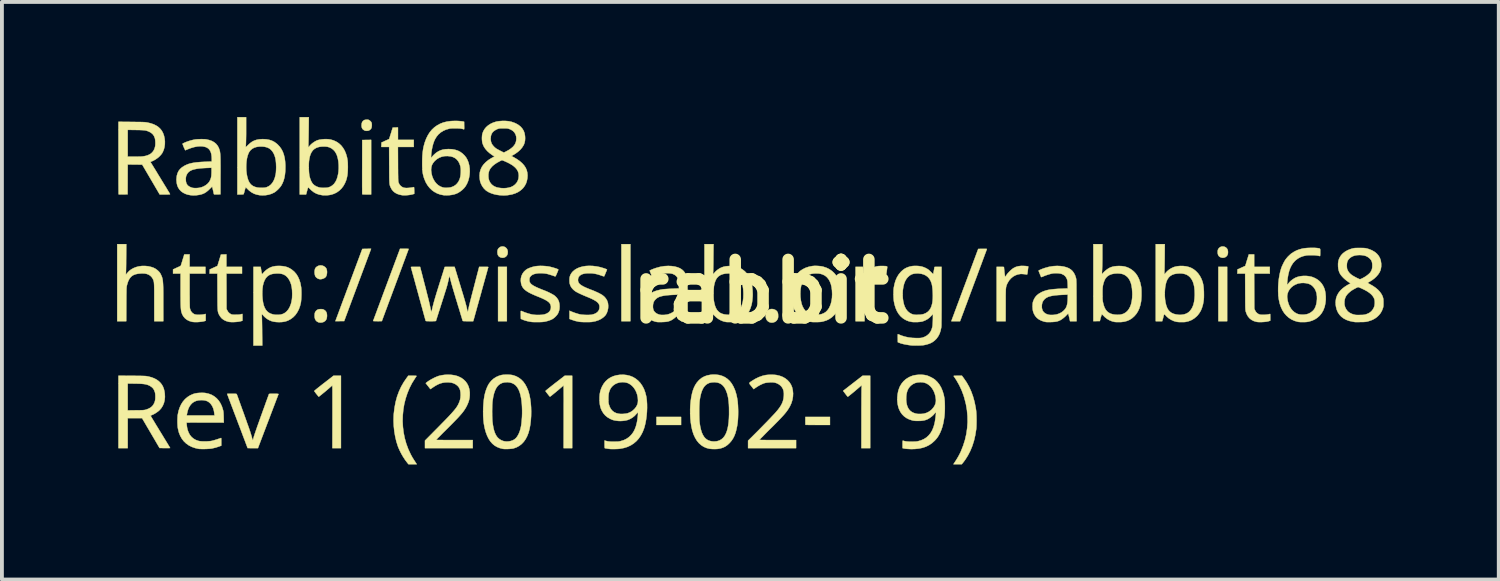
<source format=kicad_pcb>
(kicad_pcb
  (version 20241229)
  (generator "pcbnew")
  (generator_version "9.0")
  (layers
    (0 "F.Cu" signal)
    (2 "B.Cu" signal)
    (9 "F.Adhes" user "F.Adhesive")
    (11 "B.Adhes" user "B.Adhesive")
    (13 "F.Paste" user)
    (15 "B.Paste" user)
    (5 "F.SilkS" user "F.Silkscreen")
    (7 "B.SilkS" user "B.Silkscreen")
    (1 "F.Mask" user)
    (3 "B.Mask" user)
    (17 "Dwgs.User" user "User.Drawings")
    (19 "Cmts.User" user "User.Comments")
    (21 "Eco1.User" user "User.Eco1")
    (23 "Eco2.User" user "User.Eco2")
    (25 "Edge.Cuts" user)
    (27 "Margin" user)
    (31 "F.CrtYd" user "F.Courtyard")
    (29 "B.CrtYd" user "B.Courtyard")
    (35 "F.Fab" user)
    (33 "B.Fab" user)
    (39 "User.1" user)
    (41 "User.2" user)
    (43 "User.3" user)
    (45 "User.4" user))
  (footprint "rabbit"
    (layer "F.Cu")
    (at 16.763 4.545)
    (property "Reference" "rabbit" (at 0 0 0) (layer "F.SilkS") (effects (font (size 1.524 1.524) (thickness 0.3))))
    (attr through_hole)
    (fp_poly (pts (xy -6.604 0.775) (xy -6.833 0.775) (xy -6.833 -0.641) (xy -6.604 -0.641) (xy -6.604 0.775)) (stroke (width 0.01) (type solid)) (fill yes) (layer "F.SilkS"))
    (fp_poly (pts (xy -3.385 0.775) (xy -3.619 0.775) (xy -3.619 -1.232) (xy -3.385 -1.232) (xy -3.385 0.775)) (stroke (width 0.01) (type solid)) (fill yes) (layer "F.SilkS"))
    (fp_poly (pts (xy -2.064 3.48) (xy -2.705 3.48) (xy -2.705 3.27) (xy -2.064 3.27) (xy -2.064 3.48)) (stroke (width 0.01) (type solid)) (fill yes) (layer "F.SilkS"))
    (fp_poly (pts (xy 12.167 0.775) (xy 11.938 0.775) (xy 11.938 -0.641) (xy 12.167 -0.641) (xy 12.167 0.775)) (stroke (width 0.01) (type solid)) (fill yes) (layer "F.SilkS"))
    (fp_poly (pts (xy 1.816 3.48) (xy 1.5 3.48) (xy 1.437 3.48) (xy 1.379 3.479) (xy 1.326 3.479) (xy 1.279 3.479) (xy 1.24 3.478) (xy 1.209 3.477) (xy 1.189 3.477) (xy 1.179 3.476) (xy 1.179 3.476) (xy 1.178 3.468) (xy 1.176 3.45) (xy 1.175 3.424) (xy 1.175 3.392) (xy 1.175 3.371) (xy 1.175 3.27) (xy 1.816 3.27) (xy 1.816 3.48)) (stroke (width 0.01) (type solid)) (fill yes) (layer "F.SilkS"))
    (fp_poly (pts (xy -10.141 -2.527) (xy -10.255 -2.527) (xy -10.299 -2.528) (xy -10.332 -2.528) (xy -10.354 -2.53) (xy -10.367 -2.532) (xy -10.373 -2.535) (xy -10.373 -2.535) (xy -10.373 -2.543) (xy -10.374 -2.562) (xy -10.374 -2.592) (xy -10.374 -2.632) (xy -10.374 -2.682) (xy -10.375 -2.741) (xy -10.375 -2.807) (xy -10.375 -2.88) (xy -10.375 -2.959) (xy -10.375 -3.044) (xy -10.375 -3.133) (xy -10.374 -3.226) (xy -10.374 -3.245) (xy -10.373 -3.947) (xy -10.257 -3.948) (xy -10.141 -3.95) (xy -10.141 -2.527)) (stroke (width 0.01) (type solid)) (fill yes) (layer "F.SilkS"))
    (fp_poly (pts (xy -6.662 -1.161) (xy -6.641 -1.149) (xy -6.611 -1.122) (xy -6.591 -1.088) (xy -6.581 -1.047) (xy -6.582 -1.002) (xy -6.585 -0.981) (xy -6.598 -0.945) (xy -6.621 -0.915) (xy -6.651 -0.893) (xy -6.687 -0.88) (xy -6.726 -0.877) (xy -6.766 -0.886) (xy -6.8 -0.903) (xy -6.824 -0.926) (xy -6.841 -0.957) (xy -6.849 -0.997) (xy -6.85 -1.009) (xy -6.85 -1.051) (xy -6.843 -1.086) (xy -6.828 -1.115) (xy -6.81 -1.134) (xy -6.777 -1.159) (xy -6.74 -1.171) (xy -6.701 -1.172) (xy -6.662 -1.161)) (stroke (width 0.01) (type solid)) (fill yes) (layer "F.SilkS"))
    (fp_poly (pts (xy 12.091 -1.167) (xy 12.125 -1.152) (xy 12.154 -1.129) (xy 12.174 -1.1) (xy 12.185 -1.067) (xy 12.189 -1.029) (xy 12.187 -0.991) (xy 12.178 -0.957) (xy 12.174 -0.948) (xy 12.151 -0.916) (xy 12.12 -0.893) (xy 12.084 -0.88) (xy 12.044 -0.877) (xy 12.005 -0.886) (xy 11.971 -0.903) (xy 11.946 -0.926) (xy 11.93 -0.956) (xy 11.921 -0.996) (xy 11.92 -1.014) (xy 11.92 -1.054) (xy 11.927 -1.086) (xy 11.941 -1.114) (xy 11.955 -1.131) (xy 11.985 -1.155) (xy 12.019 -1.169) (xy 12.055 -1.172) (xy 12.091 -1.167)) (stroke (width 0.01) (type solid)) (fill yes) (layer "F.SilkS"))
    (fp_poly (pts (xy 0.344 0.462) (xy 0.385 0.477) (xy 0.418 0.499) (xy 0.44 0.523) (xy 0.455 0.552) (xy 0.464 0.588) (xy 0.466 0.634) (xy 0.466 0.635) (xy 0.466 0.664) (xy 0.463 0.686) (xy 0.458 0.705) (xy 0.449 0.725) (xy 0.448 0.726) (xy 0.425 0.761) (xy 0.393 0.787) (xy 0.356 0.804) (xy 0.315 0.813) (xy 0.273 0.811) (xy 0.232 0.798) (xy 0.195 0.774) (xy 0.167 0.742) (xy 0.149 0.701) (xy 0.14 0.653) (xy 0.14 0.632) (xy 0.144 0.583) (xy 0.157 0.541) (xy 0.177 0.508) (xy 0.184 0.501) (xy 0.218 0.477) (xy 0.258 0.462) (xy 0.301 0.457) (xy 0.344 0.462)) (stroke (width 0.01) (type solid)) (fill yes) (layer "F.SilkS"))
    (fp_poly (pts (xy -11.413 -0.674) (xy -11.374 -0.658) (xy -11.339 -0.634) (xy -11.313 -0.604) (xy -11.308 -0.595) (xy -11.297 -0.563) (xy -11.291 -0.524) (xy -11.291 -0.483) (xy -11.297 -0.443) (xy -11.307 -0.407) (xy -11.323 -0.379) (xy -11.325 -0.376) (xy -11.352 -0.353) (xy -11.387 -0.335) (xy -11.426 -0.323) (xy -11.466 -0.319) (xy -11.498 -0.323) (xy -11.531 -0.336) (xy -11.561 -0.356) (xy -11.585 -0.38) (xy -11.592 -0.389) (xy -11.605 -0.422) (xy -11.613 -0.463) (xy -11.616 -0.506) (xy -11.612 -0.55) (xy -11.603 -0.588) (xy -11.6 -0.597) (xy -11.582 -0.624) (xy -11.555 -0.647) (xy -11.521 -0.666) (xy -11.484 -0.677) (xy -11.455 -0.679) (xy -11.413 -0.674)) (stroke (width 0.01) (type solid)) (fill yes) (layer "F.SilkS"))
    (fp_poly (pts (xy -11.427 0.461) (xy -11.407 0.463) (xy -11.39 0.468) (xy -11.373 0.476) (xy -11.367 0.479) (xy -11.334 0.503) (xy -11.311 0.534) (xy -11.297 0.571) (xy -11.291 0.618) (xy -11.292 0.653) (xy -11.298 0.697) (xy -11.311 0.732) (xy -11.331 0.761) (xy -11.345 0.774) (xy -11.381 0.796) (xy -11.423 0.809) (xy -11.467 0.812) (xy -11.509 0.806) (xy -11.514 0.804) (xy -11.553 0.784) (xy -11.582 0.756) (xy -11.602 0.72) (xy -11.613 0.675) (xy -11.615 0.639) (xy -11.613 0.595) (xy -11.608 0.561) (xy -11.597 0.534) (xy -11.581 0.511) (xy -11.556 0.487) (xy -11.529 0.471) (xy -11.497 0.463) (xy -11.455 0.46) (xy -11.455 0.46) (xy -11.427 0.461)) (stroke (width 0.01) (type solid)) (fill yes) (layer "F.SilkS"))
    (fp_poly (pts (xy -10.227 -0.884) (xy -10.241 -0.848) (xy -10.258 -0.801) (xy -10.279 -0.744) (xy -10.304 -0.678) (xy -10.331 -0.605) (xy -10.361 -0.525) (xy -10.393 -0.44) (xy -10.426 -0.351) (xy -10.461 -0.258) (xy -10.496 -0.162) (xy -10.532 -0.066) (xy -10.568 0.031) (xy -10.578 0.057) (xy -10.844 0.772) (xy -10.959 0.773) (xy -11.073 0.775) (xy -11.026 0.649) (xy -11.018 0.628) (xy -11.006 0.596) (xy -10.99 0.553) (xy -10.971 0.501) (xy -10.948 0.44) (xy -10.923 0.372) (xy -10.895 0.297) (xy -10.865 0.215) (xy -10.832 0.129) (xy -10.798 0.037) (xy -10.763 -0.058) (xy -10.726 -0.155) (xy -10.689 -0.255) (xy -10.675 -0.292) (xy -10.371 -1.108) (xy -10.142 -1.112) (xy -10.227 -0.884)) (stroke (width 0.01) (type solid)) (fill yes) (layer "F.SilkS"))
    (fp_poly (pts (xy -10.22 -4.475) (xy -10.206 -4.471) (xy -10.191 -4.462) (xy -10.182 -4.457) (xy -10.155 -4.435) (xy -10.136 -4.41) (xy -10.126 -4.38) (xy -10.123 -4.342) (xy -10.123 -4.324) (xy -10.127 -4.286) (xy -10.134 -4.257) (xy -10.148 -4.234) (xy -10.168 -4.215) (xy -10.178 -4.207) (xy -10.197 -4.196) (xy -10.216 -4.189) (xy -10.24 -4.186) (xy -10.248 -4.186) (xy -10.273 -4.185) (xy -10.292 -4.188) (xy -10.311 -4.195) (xy -10.325 -4.202) (xy -10.354 -4.222) (xy -10.374 -4.247) (xy -10.386 -4.278) (xy -10.391 -4.319) (xy -10.391 -4.33) (xy -10.387 -4.375) (xy -10.376 -4.411) (xy -10.356 -4.439) (xy -10.337 -4.455) (xy -10.32 -4.465) (xy -10.304 -4.471) (xy -10.282 -4.474) (xy -10.262 -4.476) (xy -10.237 -4.477) (xy -10.22 -4.475)) (stroke (width 0.01) (type solid)) (fill yes) (layer "F.SilkS"))
    (fp_poly (pts (xy 2.864 4.083) (xy 2.635 4.083) (xy 2.636 3.335) (xy 2.636 3.237) (xy 2.636 3.142) (xy 2.636 3.05) (xy 2.637 2.962) (xy 2.637 2.88) (xy 2.637 2.803) (xy 2.638 2.734) (xy 2.638 2.672) (xy 2.639 2.619) (xy 2.639 2.576) (xy 2.64 2.543) (xy 2.64 2.522) (xy 2.641 2.516) (xy 2.642 2.488) (xy 2.643 2.465) (xy 2.643 2.45) (xy 2.643 2.445) (xy 2.637 2.449) (xy 2.624 2.46) (xy 2.604 2.476) (xy 2.58 2.498) (xy 2.551 2.522) (xy 2.551 2.523) (xy 2.514 2.554) (xy 2.476 2.587) (xy 2.438 2.619) (xy 2.401 2.649) (xy 2.367 2.677) (xy 2.337 2.701) (xy 2.312 2.721) (xy 2.294 2.735) (xy 2.283 2.742) (xy 2.281 2.743) (xy 2.275 2.739) (xy 2.264 2.726) (xy 2.253 2.713) (xy 2.238 2.694) (xy 2.219 2.669) (xy 2.199 2.643) (xy 2.195 2.637) (xy 2.159 2.591) (xy 2.412 2.394) (xy 2.666 2.197) (xy 2.864 2.197) (xy 2.864 4.083)) (stroke (width 0.01) (type solid)) (fill yes) (layer "F.SilkS"))
    (fp_poly (pts (xy -9.022 2.197) (xy -8.992 2.198) (xy -8.973 2.199) (xy -8.962 2.201) (xy -8.958 2.203) (xy -8.958 2.205) (xy -8.964 2.214) (xy -8.975 2.23) (xy -8.989 2.251) (xy -8.996 2.262) (xy -9.074 2.386) (xy -9.141 2.517) (xy -9.197 2.653) (xy -9.243 2.793) (xy -9.279 2.937) (xy -9.303 3.084) (xy -9.317 3.232) (xy -9.321 3.381) (xy -9.313 3.53) (xy -9.295 3.678) (xy -9.266 3.823) (xy -9.226 3.966) (xy -9.175 4.105) (xy -9.113 4.239) (xy -9.088 4.286) (xy -9.061 4.334) (xy -9.029 4.385) (xy -8.992 4.442) (xy -8.964 4.485) (xy -8.952 4.502) (xy -9.169 4.502) (xy -9.203 4.459) (xy -9.256 4.389) (xy -9.307 4.311) (xy -9.355 4.228) (xy -9.398 4.143) (xy -9.434 4.062) (xy -9.446 4.029) (xy -9.484 3.909) (xy -9.514 3.78) (xy -9.537 3.646) (xy -9.551 3.509) (xy -9.557 3.372) (xy -9.554 3.238) (xy -9.55 3.185) (xy -9.531 3.029) (xy -9.503 2.881) (xy -9.465 2.74) (xy -9.416 2.607) (xy -9.358 2.481) (xy -9.289 2.361) (xy -9.221 2.263) (xy -9.173 2.197) (xy -9.063 2.197) (xy -9.022 2.197)) (stroke (width 0.01) (type solid)) (fill yes) (layer "F.SilkS"))
    (fp_poly (pts (xy 5.884 -1.11) (xy 5.896 -1.109) (xy 5.902 -1.107) (xy 5.904 -1.104) (xy 5.904 -1.1) (xy 5.902 -1.094) (xy 5.895 -1.076) (xy 5.885 -1.048) (xy 5.871 -1.01) (xy 5.853 -0.963) (xy 5.833 -0.909) (xy 5.81 -0.847) (xy 5.785 -0.779) (xy 5.758 -0.705) (xy 5.728 -0.627) (xy 5.698 -0.544) (xy 5.666 -0.458) (xy 5.633 -0.369) (xy 5.599 -0.279) (xy 5.565 -0.188) (xy 5.531 -0.096) (xy 5.497 -0.005) (xy 5.464 0.084) (xy 5.431 0.172) (xy 5.4 0.256) (xy 5.37 0.337) (xy 5.341 0.413) (xy 5.315 0.484) (xy 5.291 0.549) (xy 5.269 0.607) (xy 5.25 0.657) (xy 5.235 0.699) (xy 5.222 0.732) (xy 5.22 0.738) (xy 5.206 0.775) (xy 4.979 0.775) (xy 4.995 0.732) (xy 4.999 0.721) (xy 5.007 0.699) (xy 5.019 0.666) (xy 5.035 0.624) (xy 5.054 0.573) (xy 5.076 0.513) (xy 5.102 0.445) (xy 5.129 0.37) (xy 5.16 0.289) (xy 5.192 0.202) (xy 5.226 0.11) (xy 5.262 0.014) (xy 5.299 -0.086) (xy 5.338 -0.188) (xy 5.346 -0.21) (xy 5.68 -1.108) (xy 5.794 -1.11) (xy 5.834 -1.11) (xy 5.864 -1.11) (xy 5.884 -1.11)) (stroke (width 0.01) (type solid)) (fill yes) (layer "F.SilkS"))
    (fp_poly (pts (xy -4.902 4.083) (xy -5.125 4.083) (xy -5.123 3.264) (xy -5.123 3.145) (xy -5.123 3.037) (xy -5.123 2.941) (xy -5.122 2.856) (xy -5.122 2.781) (xy -5.123 2.715) (xy -5.123 2.659) (xy -5.123 2.611) (xy -5.123 2.571) (xy -5.124 2.537) (xy -5.124 2.511) (xy -5.125 2.49) (xy -5.126 2.474) (xy -5.127 2.464) (xy -5.128 2.457) (xy -5.129 2.454) (xy -5.13 2.453) (xy -5.131 2.453) (xy -5.139 2.46) (xy -5.154 2.473) (xy -5.175 2.492) (xy -5.2 2.513) (xy -5.21 2.522) (xy -5.237 2.545) (xy -5.267 2.571) (xy -5.3 2.598) (xy -5.334 2.627) (xy -5.368 2.654) (xy -5.4 2.68) (xy -5.428 2.703) (xy -5.452 2.722) (xy -5.47 2.736) (xy -5.48 2.742) (xy -5.481 2.743) (xy -5.486 2.738) (xy -5.497 2.726) (xy -5.513 2.707) (xy -5.53 2.685) (xy -5.549 2.661) (xy -5.567 2.638) (xy -5.582 2.618) (xy -5.593 2.603) (xy -5.598 2.595) (xy -5.598 2.595) (xy -5.593 2.59) (xy -5.58 2.578) (xy -5.558 2.559) (xy -5.529 2.535) (xy -5.494 2.507) (xy -5.453 2.475) (xy -5.408 2.439) (xy -5.36 2.401) (xy -5.348 2.392) (xy -5.096 2.197) (xy -4.902 2.197) (xy -4.902 4.083)) (stroke (width 0.01) (type solid)) (fill yes) (layer "F.SilkS"))
    (fp_poly (pts (xy -10.928 4.083) (xy -11.151 4.083) (xy -11.149 3.264) (xy -11.149 3.145) (xy -11.149 3.037) (xy -11.149 2.941) (xy -11.149 2.856) (xy -11.149 2.781) (xy -11.149 2.716) (xy -11.149 2.659) (xy -11.149 2.611) (xy -11.149 2.571) (xy -11.15 2.538) (xy -11.15 2.511) (xy -11.151 2.49) (xy -11.152 2.475) (xy -11.153 2.464) (xy -11.154 2.457) (xy -11.155 2.454) (xy -11.156 2.453) (xy -11.157 2.453) (xy -11.165 2.46) (xy -11.18 2.473) (xy -11.202 2.492) (xy -11.227 2.513) (xy -11.239 2.525) (xy -11.267 2.548) (xy -11.298 2.575) (xy -11.331 2.603) (xy -11.365 2.631) (xy -11.399 2.658) (xy -11.43 2.684) (xy -11.458 2.706) (xy -11.481 2.725) (xy -11.497 2.737) (xy -11.506 2.743) (xy -11.506 2.743) (xy -11.512 2.738) (xy -11.523 2.726) (xy -11.538 2.707) (xy -11.556 2.685) (xy -11.575 2.662) (xy -11.592 2.639) (xy -11.608 2.618) (xy -11.619 2.603) (xy -11.624 2.595) (xy -11.624 2.595) (xy -11.62 2.59) (xy -11.606 2.578) (xy -11.584 2.559) (xy -11.555 2.535) (xy -11.52 2.507) (xy -11.479 2.475) (xy -11.434 2.439) (xy -11.386 2.401) (xy -11.374 2.392) (xy -11.122 2.197) (xy -11.025 2.197) (xy -10.928 2.197) (xy -10.928 4.083)) (stroke (width 0.01) (type solid)) (fill yes) (layer "F.SilkS"))
    (fp_poly (pts (xy 5.255 2.197) (xy 5.303 2.262) (xy 5.377 2.37) (xy 5.442 2.485) (xy 5.497 2.606) (xy 5.544 2.736) (xy 5.582 2.873) (xy 5.612 3.02) (xy 5.624 3.099) (xy 5.628 3.137) (xy 5.631 3.185) (xy 5.634 3.241) (xy 5.635 3.301) (xy 5.636 3.363) (xy 5.635 3.424) (xy 5.634 3.482) (xy 5.632 3.534) (xy 5.629 3.577) (xy 5.627 3.591) (xy 5.603 3.743) (xy 5.57 3.887) (xy 5.527 4.024) (xy 5.474 4.153) (xy 5.412 4.273) (xy 5.341 4.386) (xy 5.291 4.453) (xy 5.251 4.502) (xy 5.034 4.502) (xy 5.046 4.485) (xy 5.092 4.415) (xy 5.131 4.353) (xy 5.164 4.296) (xy 5.193 4.241) (xy 5.22 4.187) (xy 5.228 4.169) (xy 5.287 4.02) (xy 5.335 3.869) (xy 5.37 3.716) (xy 5.392 3.561) (xy 5.403 3.405) (xy 5.4 3.248) (xy 5.386 3.091) (xy 5.359 2.935) (xy 5.319 2.779) (xy 5.297 2.707) (xy 5.245 2.569) (xy 5.183 2.439) (xy 5.112 2.314) (xy 5.085 2.273) (xy 5.069 2.248) (xy 5.054 2.227) (xy 5.044 2.212) (xy 5.04 2.205) (xy 5.041 2.202) (xy 5.048 2.2) (xy 5.063 2.198) (xy 5.088 2.198) (xy 5.123 2.197) (xy 5.145 2.197) (xy 5.255 2.197)) (stroke (width 0.01) (type solid)) (fill yes) (layer "F.SilkS"))
    (fp_poly (pts (xy -9.24 -1.111) (xy -9.208 -1.111) (xy -9.184 -1.11) (xy -9.168 -1.109) (xy -9.163 -1.108) (xy -9.165 -1.102) (xy -9.172 -1.084) (xy -9.182 -1.056) (xy -9.196 -1.018) (xy -9.214 -0.971) (xy -9.234 -0.915) (xy -9.258 -0.85) (xy -9.285 -0.779) (xy -9.314 -0.7) (xy -9.345 -0.616) (xy -9.379 -0.526) (xy -9.414 -0.431) (xy -9.451 -0.331) (xy -9.49 -0.228) (xy -9.512 -0.168) (xy -9.551 -0.063) (xy -9.589 0.038) (xy -9.625 0.136) (xy -9.66 0.229) (xy -9.693 0.317) (xy -9.723 0.399) (xy -9.751 0.474) (xy -9.777 0.543) (xy -9.799 0.604) (xy -9.819 0.656) (xy -9.835 0.7) (xy -9.847 0.734) (xy -9.856 0.757) (xy -9.861 0.77) (xy -9.862 0.772) (xy -9.868 0.773) (xy -9.884 0.774) (xy -9.91 0.774) (xy -9.942 0.775) (xy -9.976 0.775) (xy -10.015 0.774) (xy -10.047 0.774) (xy -10.071 0.772) (xy -10.086 0.771) (xy -10.089 0.769) (xy -10.087 0.762) (xy -10.08 0.745) (xy -10.069 0.716) (xy -10.055 0.678) (xy -10.037 0.63) (xy -10.016 0.574) (xy -9.992 0.509) (xy -9.966 0.437) (xy -9.936 0.359) (xy -9.905 0.274) (xy -9.871 0.184) (xy -9.836 0.089) (xy -9.799 -0.011) (xy -9.76 -0.114) (xy -9.738 -0.174) (xy -9.388 -1.111) (xy -9.276 -1.111) (xy -9.24 -1.111)) (stroke (width 0.01) (type solid)) (fill yes) (layer "F.SilkS"))
    (fp_poly (pts (xy -13.913 -0.641) (xy -13.506 -0.641) (xy -13.506 -0.464) (xy -13.913 -0.464) (xy -13.911 -0.005) (xy -13.91 0.454) (xy -13.891 0.494) (xy -13.865 0.537) (xy -13.829 0.571) (xy -13.793 0.593) (xy -13.78 0.598) (xy -13.767 0.602) (xy -13.75 0.604) (xy -13.728 0.606) (xy -13.698 0.606) (xy -13.668 0.606) (xy -13.627 0.605) (xy -13.591 0.604) (xy -13.563 0.601) (xy -13.545 0.598) (xy -13.525 0.592) (xy -13.509 0.588) (xy -13.505 0.587) (xy -13.5 0.586) (xy -13.497 0.589) (xy -13.495 0.598) (xy -13.494 0.614) (xy -13.494 0.639) (xy -13.494 0.672) (xy -13.494 0.76) (xy -13.511 0.768) (xy -13.543 0.777) (xy -13.584 0.786) (xy -13.631 0.792) (xy -13.683 0.796) (xy -13.734 0.799) (xy -13.783 0.798) (xy -13.826 0.795) (xy -13.856 0.791) (xy -13.924 0.77) (xy -13.983 0.741) (xy -14.033 0.703) (xy -14.074 0.655) (xy -14.103 0.607) (xy -14.11 0.592) (xy -14.117 0.578) (xy -14.122 0.565) (xy -14.127 0.551) (xy -14.131 0.536) (xy -14.134 0.518) (xy -14.137 0.498) (xy -14.139 0.472) (xy -14.141 0.442) (xy -14.142 0.405) (xy -14.144 0.362) (xy -14.144 0.31) (xy -14.145 0.249) (xy -14.145 0.179) (xy -14.146 0.097) (xy -14.146 0.011) (xy -14.148 -0.464) (xy -14.351 -0.464) (xy -14.35 -0.519) (xy -14.348 -0.573) (xy -14.247 -0.619) (xy -14.146 -0.665) (xy -14.055 -0.962) (xy -13.984 -0.964) (xy -13.913 -0.966) (xy -13.913 -0.641)) (stroke (width 0.01) (type solid)) (fill yes) (layer "F.SilkS"))
    (fp_poly (pts (xy 12.871 -0.641) (xy 13.278 -0.641) (xy 13.278 -0.464) (xy 12.871 -0.464) (xy 12.873 -0.008) (xy 12.875 0.448) (xy 12.889 0.483) (xy 12.913 0.528) (xy 12.946 0.564) (xy 12.984 0.589) (xy 13.003 0.597) (xy 13.02 0.602) (xy 13.039 0.606) (xy 13.065 0.608) (xy 13.091 0.609) (xy 13.129 0.609) (xy 13.17 0.606) (xy 13.209 0.602) (xy 13.245 0.597) (xy 13.272 0.59) (xy 13.279 0.587) (xy 13.284 0.586) (xy 13.287 0.589) (xy 13.289 0.597) (xy 13.29 0.613) (xy 13.29 0.637) (xy 13.291 0.672) (xy 13.291 0.76) (xy 13.273 0.767) (xy 13.239 0.778) (xy 13.195 0.787) (xy 13.145 0.793) (xy 13.091 0.797) (xy 13.038 0.799) (xy 12.988 0.798) (xy 12.945 0.794) (xy 12.925 0.79) (xy 12.859 0.77) (xy 12.801 0.74) (xy 12.751 0.7) (xy 12.71 0.651) (xy 12.677 0.592) (xy 12.654 0.529) (xy 12.651 0.519) (xy 12.649 0.51) (xy 12.647 0.5) (xy 12.646 0.488) (xy 12.644 0.473) (xy 12.643 0.455) (xy 12.642 0.432) (xy 12.641 0.403) (xy 12.64 0.368) (xy 12.64 0.326) (xy 12.639 0.275) (xy 12.639 0.215) (xy 12.639 0.145) (xy 12.638 0.064) (xy 12.638 0.008) (xy 12.636 -0.464) (xy 12.433 -0.464) (xy 12.435 -0.518) (xy 12.436 -0.573) (xy 12.538 -0.619) (xy 12.639 -0.665) (xy 12.661 -0.734) (xy 12.671 -0.769) (xy 12.684 -0.811) (xy 12.697 -0.853) (xy 12.707 -0.884) (xy 12.732 -0.965) (xy 12.871 -0.965) (xy 12.871 -0.641)) (stroke (width 0.01) (type solid)) (fill yes) (layer "F.SilkS"))
    (fp_poly (pts (xy 3.192 -0.663) (xy 3.226 -0.662) (xy 3.254 -0.661) (xy 3.275 -0.659) (xy 3.278 -0.658) (xy 3.296 -0.655) (xy 3.305 -0.65) (xy 3.308 -0.641) (xy 3.308 -0.636) (xy 3.308 -0.624) (xy 3.305 -0.604) (xy 3.302 -0.577) (xy 3.298 -0.547) (xy 3.294 -0.517) (xy 3.29 -0.488) (xy 3.286 -0.464) (xy 3.283 -0.448) (xy 3.282 -0.441) (xy 3.275 -0.441) (xy 3.258 -0.443) (xy 3.235 -0.446) (xy 3.216 -0.449) (xy 3.151 -0.455) (xy 3.092 -0.454) (xy 3.037 -0.443) (xy 2.983 -0.424) (xy 2.951 -0.408) (xy 2.893 -0.371) (xy 2.841 -0.323) (xy 2.798 -0.267) (xy 2.763 -0.204) (xy 2.737 -0.134) (xy 2.724 -0.076) (xy 2.723 -0.061) (xy 2.722 -0.034) (xy 2.721 0.004) (xy 2.72 0.052) (xy 2.719 0.11) (xy 2.718 0.176) (xy 2.718 0.251) (xy 2.718 0.332) (xy 2.718 0.37) (xy 2.718 0.775) (xy 2.483 0.775) (xy 2.483 -0.641) (xy 2.672 -0.641) (xy 2.676 -0.624) (xy 2.677 -0.612) (xy 2.68 -0.59) (xy 2.683 -0.56) (xy 2.687 -0.525) (xy 2.69 -0.494) (xy 2.694 -0.458) (xy 2.697 -0.426) (xy 2.701 -0.402) (xy 2.704 -0.386) (xy 2.705 -0.381) (xy 2.711 -0.386) (xy 2.721 -0.399) (xy 2.734 -0.418) (xy 2.738 -0.424) (xy 2.762 -0.457) (xy 2.793 -0.493) (xy 2.827 -0.529) (xy 2.864 -0.562) (xy 2.898 -0.59) (xy 2.924 -0.608) (xy 2.964 -0.629) (xy 3.002 -0.645) (xy 3.042 -0.655) (xy 3.086 -0.661) (xy 3.138 -0.663) (xy 3.156 -0.663) (xy 3.192 -0.663)) (stroke (width 0.01) (type solid)) (fill yes) (layer "F.SilkS"))
    (fp_poly (pts (xy 6.847 -0.665) (xy 6.88 -0.664) (xy 6.912 -0.662) (xy 6.941 -0.659) (xy 6.965 -0.656) (xy 6.98 -0.653) (xy 6.984 -0.651) (xy 6.984 -0.644) (xy 6.982 -0.627) (xy 6.979 -0.601) (xy 6.975 -0.57) (xy 6.972 -0.543) (xy 6.967 -0.504) (xy 6.963 -0.476) (xy 6.959 -0.458) (xy 6.956 -0.447) (xy 6.952 -0.441) (xy 6.948 -0.44) (xy 6.944 -0.441) (xy 6.915 -0.446) (xy 6.879 -0.451) (xy 6.841 -0.454) (xy 6.805 -0.456) (xy 6.776 -0.455) (xy 6.774 -0.455) (xy 6.707 -0.442) (xy 6.643 -0.418) (xy 6.584 -0.384) (xy 6.531 -0.339) (xy 6.485 -0.286) (xy 6.447 -0.224) (xy 6.428 -0.184) (xy 6.422 -0.168) (xy 6.416 -0.153) (xy 6.412 -0.138) (xy 6.408 -0.121) (xy 6.404 -0.103) (xy 6.402 -0.082) (xy 6.399 -0.057) (xy 6.398 -0.026) (xy 6.397 0.01) (xy 6.396 0.054) (xy 6.395 0.106) (xy 6.395 0.167) (xy 6.395 0.239) (xy 6.395 0.322) (xy 6.395 0.357) (xy 6.394 0.775) (xy 6.16 0.775) (xy 6.16 -0.641) (xy 6.255 -0.641) (xy 6.288 -0.641) (xy 6.316 -0.64) (xy 6.337 -0.639) (xy 6.348 -0.637) (xy 6.35 -0.636) (xy 6.351 -0.625) (xy 6.353 -0.605) (xy 6.355 -0.577) (xy 6.359 -0.545) (xy 6.362 -0.51) (xy 6.366 -0.476) (xy 6.37 -0.443) (xy 6.374 -0.416) (xy 6.376 -0.395) (xy 6.378 -0.384) (xy 6.379 -0.382) (xy 6.38 -0.38) (xy 6.382 -0.38) (xy 6.385 -0.384) (xy 6.391 -0.392) (xy 6.402 -0.407) (xy 6.418 -0.431) (xy 6.42 -0.433) (xy 6.444 -0.466) (xy 6.476 -0.501) (xy 6.51 -0.536) (xy 6.546 -0.568) (xy 6.579 -0.595) (xy 6.599 -0.608) (xy 6.661 -0.639) (xy 6.727 -0.657) (xy 6.792 -0.665) (xy 6.817 -0.666) (xy 6.847 -0.665)) (stroke (width 0.01) (type solid)) (fill yes) (layer "F.SilkS"))
    (fp_poly (pts (xy -9.442 -3.95) (xy -9.03 -3.95) (xy -9.03 -3.766) (xy -9.236 -3.766) (xy -9.443 -3.766) (xy -9.441 -3.319) (xy -9.441 -3.232) (xy -9.44 -3.157) (xy -9.44 -3.093) (xy -9.439 -3.038) (xy -9.438 -2.993) (xy -9.438 -2.955) (xy -9.437 -2.925) (xy -9.436 -2.901) (xy -9.435 -2.882) (xy -9.433 -2.867) (xy -9.432 -2.856) (xy -9.43 -2.847) (xy -9.428 -2.841) (xy -9.406 -2.793) (xy -9.374 -2.753) (xy -9.334 -2.723) (xy -9.302 -2.707) (xy -9.271 -2.7) (xy -9.23 -2.696) (xy -9.182 -2.697) (xy -9.128 -2.702) (xy -9.072 -2.71) (xy -9.03 -2.719) (xy -9.026 -2.718) (xy -9.023 -2.712) (xy -9.021 -2.7) (xy -9.02 -2.679) (xy -9.019 -2.647) (xy -9.018 -2.634) (xy -9.017 -2.546) (xy -9.034 -2.539) (xy -9.068 -2.529) (xy -9.111 -2.52) (xy -9.159 -2.513) (xy -9.21 -2.508) (xy -9.259 -2.505) (xy -9.303 -2.506) (xy -9.332 -2.508) (xy -9.405 -2.523) (xy -9.47 -2.546) (xy -9.524 -2.577) (xy -9.57 -2.616) (xy -9.607 -2.664) (xy -9.623 -2.694) (xy -9.631 -2.711) (xy -9.638 -2.725) (xy -9.644 -2.739) (xy -9.649 -2.753) (xy -9.654 -2.768) (xy -9.657 -2.784) (xy -9.66 -2.804) (xy -9.663 -2.828) (xy -9.664 -2.857) (xy -9.666 -2.891) (xy -9.667 -2.933) (xy -9.668 -2.982) (xy -9.668 -3.04) (xy -9.669 -3.108) (xy -9.669 -3.186) (xy -9.669 -3.276) (xy -9.67 -3.291) (xy -9.672 -3.766) (xy -9.875 -3.766) (xy -9.873 -3.823) (xy -9.871 -3.881) (xy -9.773 -3.926) (xy -9.74 -3.94) (xy -9.712 -3.953) (xy -9.69 -3.963) (xy -9.676 -3.97) (xy -9.672 -3.972) (xy -9.67 -3.978) (xy -9.664 -3.995) (xy -9.656 -4.021) (xy -9.646 -4.054) (xy -9.634 -4.092) (xy -9.624 -4.122) (xy -9.579 -4.27) (xy -9.511 -4.272) (xy -9.442 -4.274) (xy -9.442 -3.95)) (stroke (width 0.01) (type solid)) (fill yes) (layer "F.SilkS"))
    (fp_poly (pts (xy -14.872 -0.641) (xy -14.459 -0.641) (xy -14.459 -0.464) (xy -14.872 -0.464) (xy -14.872 -0.033) (xy -14.872 0.067) (xy -14.871 0.156) (xy -14.871 0.232) (xy -14.87 0.297) (xy -14.869 0.35) (xy -14.868 0.391) (xy -14.866 0.419) (xy -14.865 0.435) (xy -14.865 0.435) (xy -14.85 0.487) (xy -14.825 0.531) (xy -14.792 0.566) (xy -14.75 0.592) (xy -14.733 0.598) (xy -14.707 0.604) (xy -14.672 0.608) (xy -14.632 0.609) (xy -14.588 0.607) (xy -14.545 0.604) (xy -14.506 0.598) (xy -14.474 0.591) (xy -14.464 0.587) (xy -14.459 0.586) (xy -14.456 0.589) (xy -14.454 0.597) (xy -14.453 0.613) (xy -14.453 0.637) (xy -14.453 0.672) (xy -14.453 0.673) (xy -14.453 0.762) (xy -14.47 0.769) (xy -14.502 0.778) (xy -14.544 0.786) (xy -14.593 0.792) (xy -14.644 0.797) (xy -14.695 0.799) (xy -14.743 0.798) (xy -14.785 0.795) (xy -14.811 0.791) (xy -14.88 0.77) (xy -14.94 0.74) (xy -14.99 0.701) (xy -15.031 0.654) (xy -15.063 0.599) (xy -15.078 0.559) (xy -15.083 0.541) (xy -15.088 0.523) (xy -15.092 0.503) (xy -15.095 0.481) (xy -15.098 0.455) (xy -15.1 0.426) (xy -15.102 0.391) (xy -15.104 0.35) (xy -15.105 0.301) (xy -15.106 0.245) (xy -15.106 0.179) (xy -15.107 0.103) (xy -15.107 0.016) (xy -15.107 -0.038) (xy -15.107 -0.464) (xy -15.303 -0.464) (xy -15.303 -0.519) (xy -15.303 -0.575) (xy -15.205 -0.619) (xy -15.172 -0.634) (xy -15.143 -0.647) (xy -15.121 -0.658) (xy -15.107 -0.665) (xy -15.103 -0.668) (xy -15.1 -0.674) (xy -15.095 -0.691) (xy -15.087 -0.716) (xy -15.077 -0.747) (xy -15.066 -0.782) (xy -15.055 -0.819) (xy -15.044 -0.855) (xy -15.033 -0.889) (xy -15.024 -0.919) (xy -15.017 -0.943) (xy -15.013 -0.958) (xy -15.011 -0.963) (xy -15.005 -0.964) (xy -14.989 -0.965) (xy -14.966 -0.965) (xy -14.942 -0.965) (xy -14.872 -0.965) (xy -14.872 -0.641)) (stroke (width 0.01) (type solid)) (fill yes) (layer "F.SilkS"))
    (fp_poly (pts (xy -8.044 2.174) (xy -7.965 2.186) (xy -7.892 2.206) (xy -7.862 2.218) (xy -7.791 2.253) (xy -7.729 2.298) (xy -7.677 2.349) (xy -7.635 2.409) (xy -7.603 2.475) (xy -7.582 2.548) (xy -7.571 2.628) (xy -7.571 2.704) (xy -7.577 2.772) (xy -7.59 2.835) (xy -7.61 2.897) (xy -7.636 2.957) (xy -7.653 2.992) (xy -7.671 3.025) (xy -7.69 3.057) (xy -7.712 3.09) (xy -7.736 3.125) (xy -7.764 3.161) (xy -7.796 3.199) (xy -7.833 3.241) (xy -7.875 3.288) (xy -7.924 3.339) (xy -7.979 3.396) (xy -8.042 3.46) (xy -8.113 3.531) (xy -8.175 3.593) (xy -8.223 3.641) (xy -8.269 3.686) (xy -8.311 3.729) (xy -8.349 3.767) (xy -8.382 3.8) (xy -8.409 3.827) (xy -8.429 3.848) (xy -8.441 3.862) (xy -8.445 3.867) (xy -8.439 3.869) (xy -8.42 3.87) (xy -8.389 3.871) (xy -8.346 3.872) (xy -8.291 3.872) (xy -8.225 3.873) (xy -8.147 3.873) (xy -8.058 3.873) (xy -7.969 3.873) (xy -7.493 3.873) (xy -7.493 4.083) (xy -8.738 4.083) (xy -8.738 3.887) (xy -8.444 3.59) (xy -8.363 3.508) (xy -8.29 3.433) (xy -8.225 3.367) (xy -8.168 3.308) (xy -8.117 3.255) (xy -8.073 3.207) (xy -8.035 3.165) (xy -8.002 3.128) (xy -7.973 3.094) (xy -7.948 3.063) (xy -7.927 3.036) (xy -7.909 3.01) (xy -7.894 2.985) (xy -7.88 2.962) (xy -7.868 2.938) (xy -7.865 2.932) (xy -7.84 2.875) (xy -7.823 2.821) (xy -7.813 2.766) (xy -7.809 2.705) (xy -7.809 2.696) (xy -7.812 2.631) (xy -7.821 2.575) (xy -7.839 2.527) (xy -7.864 2.486) (xy -7.896 2.453) (xy -7.941 2.419) (xy -7.992 2.394) (xy -8.049 2.377) (xy -8.113 2.37) (xy -8.148 2.369) (xy -8.214 2.371) (xy -8.275 2.38) (xy -8.334 2.396) (xy -8.394 2.42) (xy -8.455 2.452) (xy -8.521 2.494) (xy -8.538 2.506) (xy -8.596 2.546) (xy -8.657 2.468) (xy -8.718 2.391) (xy -8.701 2.376) (xy -8.662 2.346) (xy -8.615 2.315) (xy -8.562 2.284) (xy -8.506 2.255) (xy -8.452 2.23) (xy -8.401 2.21) (xy -8.376 2.201) (xy -8.296 2.183) (xy -8.212 2.172) (xy -8.128 2.17) (xy -8.044 2.174)) (stroke (width 0.01) (type solid)) (fill yes) (layer "F.SilkS"))
    (fp_poly (pts (xy -16.525 -0.862) (xy -16.526 -0.794) (xy -16.526 -0.729) (xy -16.527 -0.669) (xy -16.528 -0.614) (xy -16.529 -0.566) (xy -16.53 -0.526) (xy -16.531 -0.496) (xy -16.532 -0.476) (xy -16.532 -0.468) (xy -16.534 -0.452) (xy -16.531 -0.445) (xy -16.522 -0.45) (xy -16.507 -0.466) (xy -16.496 -0.481) (xy -16.45 -0.531) (xy -16.396 -0.573) (xy -16.333 -0.608) (xy -16.264 -0.635) (xy -16.19 -0.654) (xy -16.112 -0.664) (xy -16.031 -0.664) (xy -15.95 -0.656) (xy -15.87 -0.637) (xy -15.814 -0.618) (xy -15.766 -0.594) (xy -15.722 -0.563) (xy -15.692 -0.537) (xy -15.667 -0.512) (xy -15.648 -0.489) (xy -15.632 -0.464) (xy -15.618 -0.435) (xy -15.608 -0.414) (xy -15.599 -0.393) (xy -15.591 -0.372) (xy -15.585 -0.351) (xy -15.579 -0.327) (xy -15.574 -0.301) (xy -15.57 -0.271) (xy -15.567 -0.236) (xy -15.564 -0.196) (xy -15.562 -0.15) (xy -15.56 -0.096) (xy -15.559 -0.034) (xy -15.558 0.037) (xy -15.558 0.117) (xy -15.558 0.209) (xy -15.558 0.313) (xy -15.558 0.316) (xy -15.557 0.775) (xy -15.792 0.775) (xy -15.793 0.287) (xy -15.793 0.192) (xy -15.793 0.109) (xy -15.793 0.036) (xy -15.793 -0.026) (xy -15.794 -0.079) (xy -15.795 -0.125) (xy -15.796 -0.163) (xy -15.798 -0.194) (xy -15.8 -0.221) (xy -15.802 -0.243) (xy -15.806 -0.261) (xy -15.809 -0.276) (xy -15.814 -0.29) (xy -15.819 -0.303) (xy -15.825 -0.316) (xy -15.831 -0.328) (xy -15.855 -0.367) (xy -15.888 -0.402) (xy -15.926 -0.43) (xy -15.955 -0.444) (xy -15.988 -0.456) (xy -16.019 -0.463) (xy -16.051 -0.468) (xy -16.087 -0.469) (xy -16.132 -0.469) (xy -16.141 -0.468) (xy -16.214 -0.462) (xy -16.277 -0.449) (xy -16.331 -0.429) (xy -16.378 -0.4) (xy -16.416 -0.362) (xy -16.449 -0.314) (xy -16.476 -0.256) (xy -16.498 -0.186) (xy -16.505 -0.161) (xy -16.507 -0.15) (xy -16.51 -0.139) (xy -16.512 -0.127) (xy -16.513 -0.113) (xy -16.515 -0.096) (xy -16.516 -0.076) (xy -16.517 -0.05) (xy -16.518 -0.019) (xy -16.518 0.019) (xy -16.519 0.065) (xy -16.52 0.12) (xy -16.52 0.184) (xy -16.521 0.26) (xy -16.521 0.335) (xy -16.523 0.775) (xy -16.758 0.775) (xy -16.758 -1.232) (xy -16.64 -1.232) (xy -16.522 -1.232) (xy -16.525 -0.862)) (stroke (width 0.01) (type solid)) (fill yes) (layer "F.SilkS"))
    (fp_poly (pts (xy -16.372 2.199) (xy -16.296 2.199) (xy -16.231 2.2) (xy -16.177 2.2) (xy -16.132 2.201) (xy -16.095 2.202) (xy -16.065 2.203) (xy -16.04 2.204) (xy -16.019 2.205) (xy -16.002 2.207) (xy -15.987 2.209) (xy -15.973 2.212) (xy -15.958 2.215) (xy -15.945 2.217) (xy -15.862 2.239) (xy -15.79 2.267) (xy -15.728 2.3) (xy -15.673 2.341) (xy -15.637 2.376) (xy -15.597 2.425) (xy -15.566 2.48) (xy -15.542 2.543) (xy -15.526 2.614) (xy -15.519 2.665) (xy -15.515 2.75) (xy -15.523 2.831) (xy -15.541 2.907) (xy -15.57 2.977) (xy -15.609 3.04) (xy -15.651 3.089) (xy -15.684 3.119) (xy -15.725 3.149) (xy -15.769 3.178) (xy -15.813 3.203) (xy -15.845 3.217) (xy -15.866 3.226) (xy -15.881 3.234) (xy -15.888 3.24) (xy -15.888 3.24) (xy -15.884 3.247) (xy -15.875 3.263) (xy -15.86 3.288) (xy -15.84 3.322) (xy -15.815 3.363) (xy -15.786 3.411) (xy -15.754 3.464) (xy -15.718 3.523) (xy -15.68 3.585) (xy -15.64 3.651) (xy -15.634 3.661) (xy -15.593 3.727) (xy -15.555 3.79) (xy -15.519 3.849) (xy -15.486 3.903) (xy -15.456 3.952) (xy -15.431 3.993) (xy -15.41 4.028) (xy -15.394 4.054) (xy -15.384 4.072) (xy -15.38 4.079) (xy -15.38 4.08) (xy -15.386 4.081) (xy -15.403 4.081) (xy -15.429 4.082) (xy -15.462 4.082) (xy -15.5 4.082) (xy -15.517 4.082) (xy -15.655 4.08) (xy -15.883 3.691) (xy -16.111 3.302) (xy -16.485 3.302) (xy -16.485 4.083) (xy -16.726 4.083) (xy -16.726 3.1) (xy -16.485 3.1) (xy -16.27 3.097) (xy -16.212 3.096) (xy -16.164 3.096) (xy -16.126 3.095) (xy -16.096 3.094) (xy -16.073 3.092) (xy -16.054 3.09) (xy -16.039 3.088) (xy -16.025 3.085) (xy -16.012 3.081) (xy -16.009 3.081) (xy -15.946 3.057) (xy -15.893 3.029) (xy -15.85 2.994) (xy -15.816 2.952) (xy -15.79 2.901) (xy -15.776 2.861) (xy -15.769 2.829) (xy -15.765 2.788) (xy -15.764 2.744) (xy -15.765 2.699) (xy -15.769 2.659) (xy -15.775 2.627) (xy -15.776 2.626) (xy -15.796 2.572) (xy -15.823 2.528) (xy -15.859 2.493) (xy -15.903 2.463) (xy -15.922 2.453) (xy -15.95 2.441) (xy -15.977 2.431) (xy -16.005 2.423) (xy -16.035 2.417) (xy -16.071 2.412) (xy -16.112 2.408) (xy -16.161 2.405) (xy -16.22 2.403) (xy -16.286 2.402) (xy -16.485 2.399) (xy -16.485 3.1) (xy -16.726 3.1) (xy -16.726 2.196) (xy -16.372 2.199)) (stroke (width 0.01) (type solid)) (fill yes) (layer "F.SilkS"))
    (fp_poly (pts (xy 0.357 2.172) (xy 0.409 2.177) (xy 0.43 2.18) (xy 0.511 2.2) (xy 0.586 2.229) (xy 0.652 2.266) (xy 0.71 2.312) (xy 0.759 2.365) (xy 0.798 2.425) (xy 0.827 2.491) (xy 0.829 2.497) (xy 0.847 2.576) (xy 0.855 2.659) (xy 0.851 2.743) (xy 0.836 2.828) (xy 0.811 2.91) (xy 0.775 2.989) (xy 0.771 2.996) (xy 0.752 3.029) (xy 0.733 3.061) (xy 0.712 3.092) (xy 0.689 3.124) (xy 0.663 3.158) (xy 0.634 3.193) (xy 0.6 3.232) (xy 0.561 3.274) (xy 0.517 3.321) (xy 0.467 3.373) (xy 0.409 3.432) (xy 0.344 3.498) (xy 0.27 3.571) (xy 0.262 3.578) (xy 0.212 3.628) (xy 0.165 3.675) (xy 0.122 3.719) (xy 0.083 3.759) (xy 0.049 3.793) (xy 0.02 3.822) (xy -0.001 3.845) (xy -0.015 3.861) (xy -0.021 3.868) (xy -0.022 3.869) (xy -0.015 3.87) (xy 0.004 3.87) (xy 0.033 3.871) (xy 0.072 3.872) (xy 0.12 3.872) (xy 0.176 3.873) (xy 0.238 3.873) (xy 0.306 3.873) (xy 0.379 3.873) (xy 0.455 3.873) (xy 0.458 3.873) (xy 0.933 3.873) (xy 0.933 4.083) (xy -0.318 4.083) (xy -0.318 3.889) (xy -0.174 3.746) (xy -0.122 3.694) (xy -0.067 3.639) (xy -0.01 3.581) (xy 0.048 3.522) (xy 0.105 3.464) (xy 0.161 3.407) (xy 0.214 3.352) (xy 0.263 3.301) (xy 0.307 3.254) (xy 0.346 3.213) (xy 0.377 3.18) (xy 0.396 3.159) (xy 0.454 3.091) (xy 0.502 3.028) (xy 0.54 2.969) (xy 0.57 2.911) (xy 0.591 2.854) (xy 0.605 2.796) (xy 0.613 2.735) (xy 0.614 2.718) (xy 0.615 2.665) (xy 0.612 2.62) (xy 0.604 2.581) (xy 0.591 2.544) (xy 0.584 2.529) (xy 0.557 2.485) (xy 0.52 2.447) (xy 0.474 2.414) (xy 0.422 2.389) (xy 0.37 2.374) (xy 0.336 2.37) (xy 0.293 2.369) (xy 0.247 2.37) (xy 0.199 2.374) (xy 0.156 2.379) (xy 0.119 2.386) (xy 0.114 2.388) (xy 0.076 2.401) (xy 0.031 2.421) (xy -0.017 2.445) (xy -0.064 2.472) (xy -0.108 2.501) (xy -0.119 2.508) (xy -0.172 2.546) (xy -0.232 2.469) (xy -0.257 2.439) (xy -0.274 2.416) (xy -0.283 2.4) (xy -0.283 2.386) (xy -0.276 2.374) (xy -0.259 2.36) (xy -0.233 2.343) (xy -0.213 2.329) (xy -0.127 2.277) (xy -0.039 2.234) (xy 0.049 2.202) (xy 0.133 2.181) (xy 0.182 2.175) (xy 0.239 2.171) (xy 0.298 2.17) (xy 0.357 2.172)) (stroke (width 0.01) (type solid)) (fill yes) (layer "F.SilkS"))
    (fp_poly (pts (xy -12.631 2.667) (xy -12.596 2.668) (xy -12.571 2.67) (xy -12.557 2.672) (xy -12.555 2.673) (xy -12.557 2.68) (xy -12.564 2.698) (xy -12.575 2.726) (xy -12.589 2.764) (xy -12.607 2.81) (xy -12.628 2.865) (xy -12.651 2.927) (xy -12.678 2.997) (xy -12.706 3.071) (xy -12.737 3.152) (xy -12.769 3.236) (xy -12.802 3.325) (xy -12.824 3.381) (xy -13.091 4.083) (xy -13.225 4.083) (xy -13.265 4.083) (xy -13.3 4.083) (xy -13.329 4.082) (xy -13.349 4.082) (xy -13.36 4.081) (xy -13.36 4.081) (xy -13.363 4.075) (xy -13.369 4.058) (xy -13.379 4.03) (xy -13.393 3.993) (xy -13.411 3.946) (xy -13.431 3.892) (xy -13.455 3.83) (xy -13.481 3.761) (xy -13.509 3.686) (xy -13.539 3.606) (xy -13.571 3.522) (xy -13.605 3.434) (xy -13.627 3.375) (xy -13.661 3.285) (xy -13.694 3.198) (xy -13.726 3.115) (xy -13.755 3.036) (xy -13.783 2.964) (xy -13.808 2.897) (xy -13.83 2.838) (xy -13.85 2.786) (xy -13.866 2.743) (xy -13.879 2.709) (xy -13.888 2.685) (xy -13.893 2.672) (xy -13.894 2.669) (xy -13.888 2.669) (xy -13.871 2.668) (xy -13.845 2.667) (xy -13.813 2.667) (xy -13.775 2.667) (xy -13.771 2.667) (xy -13.728 2.667) (xy -13.696 2.667) (xy -13.674 2.668) (xy -13.659 2.67) (xy -13.65 2.672) (xy -13.645 2.675) (xy -13.643 2.678) (xy -13.638 2.692) (xy -13.629 2.717) (xy -13.616 2.751) (xy -13.601 2.794) (xy -13.583 2.844) (xy -13.563 2.899) (xy -13.541 2.96) (xy -13.518 3.024) (xy -13.494 3.091) (xy -13.469 3.158) (xy -13.445 3.226) (xy -13.421 3.293) (xy -13.398 3.357) (xy -13.377 3.418) (xy -13.357 3.473) (xy -13.339 3.523) (xy -13.324 3.566) (xy -13.312 3.6) (xy -13.304 3.625) (xy -13.3 3.635) (xy -13.287 3.676) (xy -13.274 3.718) (xy -13.262 3.758) (xy -13.252 3.792) (xy -13.249 3.804) (xy -13.242 3.831) (xy -13.235 3.854) (xy -13.23 3.87) (xy -13.228 3.875) (xy -13.224 3.872) (xy -13.218 3.859) (xy -13.212 3.838) (xy -13.208 3.825) (xy -13.202 3.803) (xy -13.195 3.777) (xy -13.185 3.747) (xy -13.174 3.712) (xy -13.16 3.671) (xy -13.143 3.622) (xy -13.124 3.567) (xy -13.102 3.503) (xy -13.076 3.431) (xy -13.047 3.349) (xy -13.014 3.257) (xy -12.976 3.153) (xy -12.961 3.109) (xy -12.935 3.039) (xy -12.911 2.973) (xy -12.889 2.91) (xy -12.868 2.853) (xy -12.85 2.803) (xy -12.834 2.759) (xy -12.821 2.724) (xy -12.812 2.698) (xy -12.806 2.682) (xy -12.805 2.678) (xy -12.802 2.674) (xy -12.797 2.671) (xy -12.787 2.669) (xy -12.771 2.668) (xy -12.747 2.667) (xy -12.714 2.667) (xy -12.677 2.667) (xy -12.631 2.667)) (stroke (width 0.01) (type solid)) (fill yes) (layer "F.SilkS"))
    (fp_poly (pts (xy 1.523 -0.663) (xy 1.581 -0.657) (xy 1.633 -0.647) (xy 1.64 -0.645) (xy 1.724 -0.617) (xy 1.801 -0.579) (xy 1.871 -0.531) (xy 1.932 -0.473) (xy 1.986 -0.406) (xy 2.03 -0.33) (xy 2.067 -0.245) (xy 2.094 -0.152) (xy 2.096 -0.138) (xy 2.103 -0.099) (xy 2.108 -0.05) (xy 2.111 0.005) (xy 2.112 0.063) (xy 2.111 0.121) (xy 2.109 0.175) (xy 2.105 0.223) (xy 2.1 0.257) (xy 2.081 0.338) (xy 2.058 0.409) (xy 2.03 0.472) (xy 1.996 0.53) (xy 1.955 0.584) (xy 1.927 0.615) (xy 1.865 0.673) (xy 1.798 0.719) (xy 1.725 0.755) (xy 1.644 0.78) (xy 1.595 0.791) (xy 1.568 0.794) (xy 1.532 0.797) (xy 1.491 0.798) (xy 1.448 0.799) (xy 1.407 0.799) (xy 1.371 0.798) (xy 1.344 0.796) (xy 1.343 0.796) (xy 1.315 0.79) (xy 1.28 0.782) (xy 1.244 0.772) (xy 1.211 0.761) (xy 1.194 0.754) (xy 1.119 0.716) (xy 1.05 0.668) (xy 0.987 0.609) (xy 0.933 0.542) (xy 0.888 0.468) (xy 0.884 0.46) (xy 0.854 0.387) (xy 0.831 0.306) (xy 0.814 0.219) (xy 0.805 0.127) (xy 0.804 0.034) (xy 0.804 0.031) (xy 1.044 0.031) (xy 1.046 0.121) (xy 1.047 0.148) (xy 1.059 0.24) (xy 1.077 0.322) (xy 1.103 0.393) (xy 1.137 0.454) (xy 1.177 0.505) (xy 1.226 0.546) (xy 1.281 0.576) (xy 1.327 0.593) (xy 1.352 0.599) (xy 1.372 0.604) (xy 1.393 0.606) (xy 1.417 0.607) (xy 1.448 0.607) (xy 1.476 0.606) (xy 1.516 0.605) (xy 1.548 0.601) (xy 1.576 0.596) (xy 1.602 0.589) (xy 1.66 0.565) (xy 1.709 0.533) (xy 1.751 0.491) (xy 1.788 0.439) (xy 1.806 0.404) (xy 1.836 0.332) (xy 1.856 0.254) (xy 1.869 0.169) (xy 1.873 0.076) (xy 1.873 0.067) (xy 1.869 -0.028) (xy 1.858 -0.115) (xy 1.839 -0.193) (xy 1.812 -0.261) (xy 1.778 -0.321) (xy 1.737 -0.37) (xy 1.69 -0.409) (xy 1.658 -0.427) (xy 1.615 -0.446) (xy 1.571 -0.459) (xy 1.524 -0.467) (xy 1.47 -0.469) (xy 1.433 -0.469) (xy 1.376 -0.465) (xy 1.328 -0.457) (xy 1.287 -0.444) (xy 1.248 -0.425) (xy 1.222 -0.409) (xy 1.179 -0.373) (xy 1.141 -0.327) (xy 1.109 -0.27) (xy 1.083 -0.205) (xy 1.063 -0.133) (xy 1.05 -0.053) (xy 1.044 0.031) (xy 0.804 0.031) (xy 0.809 -0.059) (xy 0.822 -0.149) (xy 0.843 -0.233) (xy 0.85 -0.256) (xy 0.885 -0.339) (xy 0.928 -0.413) (xy 0.98 -0.478) (xy 1.041 -0.535) (xy 1.11 -0.581) (xy 1.187 -0.618) (xy 1.272 -0.645) (xy 1.352 -0.661) (xy 1.404 -0.666) (xy 1.462 -0.666) (xy 1.523 -0.663)) (stroke (width 0.01) (type solid)) (fill yes) (layer "F.SilkS"))
    (fp_poly (pts (xy 10.539 -0.868) (xy 10.538 -0.801) (xy 10.537 -0.736) (xy 10.536 -0.676) (xy 10.535 -0.622) (xy 10.534 -0.574) (xy 10.533 -0.535) (xy 10.532 -0.504) (xy 10.531 -0.485) (xy 10.531 -0.478) (xy 10.53 -0.46) (xy 10.532 -0.451) (xy 10.533 -0.451) (xy 10.54 -0.456) (xy 10.552 -0.468) (xy 10.566 -0.485) (xy 10.567 -0.486) (xy 10.605 -0.528) (xy 10.653 -0.567) (xy 10.707 -0.602) (xy 10.763 -0.629) (xy 10.795 -0.64) (xy 10.865 -0.656) (xy 10.94 -0.664) (xy 11.017 -0.663) (xy 11.093 -0.655) (xy 11.164 -0.638) (xy 11.223 -0.617) (xy 11.29 -0.58) (xy 11.351 -0.532) (xy 11.407 -0.474) (xy 11.454 -0.409) (xy 11.493 -0.336) (xy 11.518 -0.273) (xy 11.533 -0.224) (xy 11.544 -0.174) (xy 11.552 -0.12) (xy 11.557 -0.061) (xy 11.561 0.008) (xy 11.561 0.022) (xy 11.562 0.095) (xy 11.561 0.159) (xy 11.557 0.216) (xy 11.55 0.269) (xy 11.54 0.322) (xy 11.534 0.349) (xy 11.51 0.429) (xy 11.481 0.5) (xy 11.444 0.562) (xy 11.4 0.62) (xy 11.372 0.649) (xy 11.311 0.701) (xy 11.243 0.743) (xy 11.168 0.774) (xy 11.091 0.793) (xy 11.062 0.797) (xy 11.024 0.799) (xy 10.982 0.799) (xy 10.938 0.799) (xy 10.897 0.797) (xy 10.862 0.793) (xy 10.846 0.791) (xy 10.776 0.771) (xy 10.708 0.74) (xy 10.645 0.701) (xy 10.591 0.654) (xy 10.567 0.628) (xy 10.552 0.612) (xy 10.539 0.601) (xy 10.531 0.597) (xy 10.524 0.602) (xy 10.517 0.616) (xy 10.516 0.621) (xy 10.512 0.637) (xy 10.505 0.662) (xy 10.498 0.691) (xy 10.493 0.71) (xy 10.475 0.775) (xy 10.306 0.775) (xy 10.306 0.048) (xy 10.541 0.048) (xy 10.543 0.129) (xy 10.549 0.208) (xy 10.56 0.283) (xy 10.576 0.352) (xy 10.597 0.413) (xy 10.605 0.431) (xy 10.635 0.484) (xy 10.674 0.526) (xy 10.72 0.56) (xy 10.775 0.584) (xy 10.838 0.6) (xy 10.905 0.608) (xy 10.971 0.608) (xy 11.033 0.6) (xy 11.045 0.597) (xy 11.095 0.581) (xy 11.136 0.56) (xy 11.172 0.533) (xy 11.194 0.511) (xy 11.232 0.464) (xy 11.263 0.409) (xy 11.287 0.346) (xy 11.305 0.274) (xy 11.316 0.193) (xy 11.322 0.102) (xy 11.322 0.063) (xy 11.319 -0.032) (xy 11.31 -0.117) (xy 11.294 -0.191) (xy 11.272 -0.257) (xy 11.243 -0.313) (xy 11.208 -0.361) (xy 11.192 -0.378) (xy 11.151 -0.413) (xy 11.106 -0.439) (xy 11.055 -0.456) (xy 10.998 -0.467) (xy 10.932 -0.47) (xy 10.856 -0.465) (xy 10.79 -0.453) (xy 10.732 -0.432) (xy 10.683 -0.401) (xy 10.643 -0.362) (xy 10.611 -0.314) (xy 10.605 -0.303) (xy 10.582 -0.247) (xy 10.565 -0.182) (xy 10.552 -0.11) (xy 10.545 -0.032) (xy 10.541 0.048) (xy 10.306 0.048) (xy 10.306 -1.232) (xy 10.542 -1.232) (xy 10.539 -0.868)) (stroke (width 0.01) (type solid)) (fill yes) (layer "F.SilkS"))
    (fp_poly (pts (xy -1.154 2.168) (xy -1.069 2.179) (xy -0.992 2.202) (xy -0.92 2.235) (xy -0.856 2.279) (xy -0.798 2.333) (xy -0.746 2.399) (xy -0.701 2.476) (xy -0.662 2.563) (xy -0.645 2.613) (xy -0.621 2.694) (xy -0.603 2.781) (xy -0.589 2.874) (xy -0.581 2.974) (xy -0.577 3.085) (xy -0.576 3.137) (xy -0.577 3.211) (xy -0.579 3.275) (xy -0.582 3.333) (xy -0.587 3.387) (xy -0.593 3.441) (xy -0.602 3.498) (xy -0.603 3.505) (xy -0.623 3.601) (xy -0.646 3.687) (xy -0.675 3.763) (xy -0.709 3.83) (xy -0.749 3.891) (xy -0.796 3.946) (xy -0.803 3.953) (xy -0.856 4.002) (xy -0.91 4.04) (xy -0.967 4.068) (xy -1.031 4.089) (xy -1.079 4.099) (xy -1.118 4.104) (xy -1.165 4.107) (xy -1.215 4.107) (xy -1.264 4.105) (xy -1.309 4.101) (xy -1.329 4.098) (xy -1.406 4.078) (xy -1.476 4.047) (xy -1.541 4.005) (xy -1.6 3.952) (xy -1.652 3.889) (xy -1.697 3.815) (xy -1.736 3.732) (xy -1.767 3.638) (xy -1.774 3.613) (xy -1.795 3.517) (xy -1.811 3.413) (xy -1.822 3.304) (xy -1.827 3.192) (xy -1.827 3.114) (xy -1.591 3.114) (xy -1.591 3.181) (xy -1.59 3.246) (xy -1.588 3.308) (xy -1.586 3.363) (xy -1.582 3.409) (xy -1.579 3.435) (xy -1.564 3.528) (xy -1.545 3.609) (xy -1.523 3.679) (xy -1.496 3.738) (xy -1.465 3.788) (xy -1.43 3.829) (xy -1.389 3.861) (xy -1.357 3.879) (xy -1.308 3.897) (xy -1.253 3.908) (xy -1.195 3.91) (xy -1.137 3.905) (xy -1.123 3.902) (xy -1.064 3.884) (xy -1.012 3.854) (xy -0.966 3.814) (xy -0.926 3.763) (xy -0.894 3.701) (xy -0.889 3.691) (xy -0.867 3.629) (xy -0.849 3.562) (xy -0.835 3.488) (xy -0.824 3.406) (xy -0.817 3.314) (xy -0.813 3.212) (xy -0.813 3.137) (xy -0.814 3.032) (xy -0.818 2.938) (xy -0.826 2.854) (xy -0.836 2.778) (xy -0.85 2.71) (xy -0.868 2.647) (xy -0.871 2.639) (xy -0.899 2.567) (xy -0.931 2.507) (xy -0.968 2.459) (xy -1.01 2.421) (xy -1.059 2.393) (xy -1.114 2.375) (xy -1.176 2.367) (xy -1.2 2.366) (xy -1.264 2.37) (xy -1.321 2.382) (xy -1.372 2.404) (xy -1.417 2.435) (xy -1.457 2.476) (xy -1.491 2.528) (xy -1.52 2.59) (xy -1.544 2.663) (xy -1.564 2.747) (xy -1.579 2.838) (xy -1.583 2.878) (xy -1.586 2.928) (xy -1.589 2.985) (xy -1.591 3.048) (xy -1.591 3.114) (xy -1.827 3.114) (xy -1.828 3.079) (xy -1.823 2.967) (xy -1.813 2.858) (xy -1.798 2.755) (xy -1.778 2.659) (xy -1.756 2.58) (xy -1.727 2.504) (xy -1.694 2.438) (xy -1.656 2.38) (xy -1.611 2.327) (xy -1.584 2.3) (xy -1.524 2.252) (xy -1.458 2.216) (xy -1.384 2.189) (xy -1.302 2.173) (xy -1.245 2.167) (xy -1.154 2.168)) (stroke (width 0.01) (type solid)) (fill yes) (layer "F.SilkS"))
    (fp_poly (pts (xy -16.385 -4.418) (xy -16.309 -4.417) (xy -16.244 -4.416) (xy -16.19 -4.416) (xy -16.145 -4.415) (xy -16.108 -4.414) (xy -16.077 -4.413) (xy -16.052 -4.412) (xy -16.031 -4.41) (xy -16.013 -4.408) (xy -15.996 -4.406) (xy -15.98 -4.403) (xy -15.973 -4.402) (xy -15.884 -4.381) (xy -15.806 -4.354) (xy -15.738 -4.32) (xy -15.68 -4.28) (xy -15.631 -4.232) (xy -15.598 -4.19) (xy -15.565 -4.129) (xy -15.54 -4.061) (xy -15.524 -3.988) (xy -15.516 -3.913) (xy -15.517 -3.837) (xy -15.527 -3.762) (xy -15.546 -3.691) (xy -15.574 -3.627) (xy -15.581 -3.613) (xy -15.615 -3.565) (xy -15.659 -3.518) (xy -15.711 -3.474) (xy -15.769 -3.434) (xy -15.83 -3.402) (xy -15.853 -3.392) (xy -15.875 -3.383) (xy -15.886 -3.377) (xy -15.889 -3.372) (xy -15.887 -3.365) (xy -15.886 -3.363) (xy -15.878 -3.35) (xy -15.864 -3.329) (xy -15.846 -3.299) (xy -15.823 -3.262) (xy -15.797 -3.219) (xy -15.767 -3.171) (xy -15.735 -3.119) (xy -15.702 -3.063) (xy -15.667 -3.006) (xy -15.631 -2.948) (xy -15.596 -2.89) (xy -15.561 -2.833) (xy -15.528 -2.778) (xy -15.496 -2.727) (xy -15.467 -2.679) (xy -15.442 -2.637) (xy -15.42 -2.601) (xy -15.402 -2.572) (xy -15.39 -2.551) (xy -15.384 -2.54) (xy -15.383 -2.538) (xy -15.382 -2.535) (xy -15.384 -2.532) (xy -15.391 -2.53) (xy -15.404 -2.529) (xy -15.424 -2.528) (xy -15.453 -2.527) (xy -15.493 -2.527) (xy -15.515 -2.527) (xy -15.651 -2.527) (xy -15.879 -2.916) (xy -16.107 -3.305) (xy -16.296 -3.307) (xy -16.485 -3.309) (xy -16.488 -2.53) (xy -16.602 -2.529) (xy -16.639 -2.528) (xy -16.672 -2.529) (xy -16.698 -2.529) (xy -16.715 -2.53) (xy -16.722 -2.531) (xy -16.722 -2.538) (xy -16.723 -2.557) (xy -16.723 -2.587) (xy -16.723 -2.628) (xy -16.724 -2.678) (xy -16.724 -2.738) (xy -16.725 -2.806) (xy -16.725 -2.882) (xy -16.725 -2.965) (xy -16.725 -3.054) (xy -16.726 -3.15) (xy -16.726 -3.25) (xy -16.726 -3.354) (xy -16.726 -3.462) (xy -16.726 -3.512) (xy -16.485 -3.512) (xy -16.318 -3.512) (xy -16.269 -3.512) (xy -16.222 -3.513) (xy -16.179 -3.514) (xy -16.141 -3.515) (xy -16.112 -3.517) (xy -16.097 -3.518) (xy -16.022 -3.531) (xy -15.957 -3.551) (xy -15.902 -3.578) (xy -15.857 -3.613) (xy -15.82 -3.655) (xy -15.792 -3.706) (xy -15.773 -3.765) (xy -15.773 -3.766) (xy -15.767 -3.8) (xy -15.764 -3.843) (xy -15.764 -3.889) (xy -15.767 -3.934) (xy -15.772 -3.974) (xy -15.778 -3.997) (xy -15.799 -4.048) (xy -15.827 -4.091) (xy -15.865 -4.126) (xy -15.912 -4.155) (xy -15.927 -4.162) (xy -15.952 -4.173) (xy -15.974 -4.182) (xy -15.997 -4.189) (xy -16.02 -4.195) (xy -16.047 -4.199) (xy -16.078 -4.202) (xy -16.115 -4.204) (xy -16.16 -4.206) (xy -16.215 -4.207) (xy -16.273 -4.208) (xy -16.485 -4.211) (xy -16.485 -3.512) (xy -16.726 -3.512) (xy -16.726 -4.421) (xy -16.385 -4.418)) (stroke (width 0.01) (type solid)) (fill yes) (layer "F.SilkS"))
    (fp_poly (pts (xy -12.516 -0.665) (xy -12.442 -0.659) (xy -12.378 -0.648) (xy -12.319 -0.63) (xy -12.264 -0.604) (xy -12.209 -0.569) (xy -12.208 -0.568) (xy -12.146 -0.517) (xy -12.093 -0.456) (xy -12.049 -0.386) (xy -12.013 -0.306) (xy -11.985 -0.217) (xy -11.967 -0.119) (xy -11.966 -0.116) (xy -11.962 -0.075) (xy -11.959 -0.025) (xy -11.958 0.031) (xy -11.958 0.089) (xy -11.96 0.146) (xy -11.963 0.201) (xy -11.967 0.249) (xy -11.972 0.287) (xy -11.972 0.289) (xy -11.995 0.382) (xy -12.026 0.467) (xy -12.066 0.543) (xy -12.113 0.611) (xy -12.169 0.669) (xy -12.232 0.717) (xy -12.301 0.755) (xy -12.314 0.761) (xy -12.365 0.779) (xy -12.418 0.791) (xy -12.475 0.798) (xy -12.541 0.8) (xy -12.615 0.797) (xy -12.681 0.788) (xy -12.74 0.772) (xy -12.795 0.749) (xy -12.831 0.729) (xy -12.87 0.703) (xy -12.908 0.672) (xy -12.941 0.64) (xy -12.955 0.624) (xy -12.971 0.605) (xy -12.983 0.598) (xy -12.989 0.601) (xy -12.991 0.617) (xy -12.989 0.64) (xy -12.989 0.654) (xy -12.988 0.68) (xy -12.987 0.715) (xy -12.986 0.76) (xy -12.985 0.812) (xy -12.984 0.87) (xy -12.983 0.933) (xy -12.982 1) (xy -12.982 1.046) (xy -12.978 1.41) (xy -13.208 1.41) (xy -13.208 0.021) (xy -12.978 0.021) (xy -12.977 0.105) (xy -12.97 0.2) (xy -12.958 0.284) (xy -12.941 0.358) (xy -12.917 0.421) (xy -12.888 0.474) (xy -12.852 0.518) (xy -12.809 0.553) (xy -12.759 0.579) (xy -12.702 0.597) (xy -12.659 0.605) (xy -12.629 0.608) (xy -12.592 0.609) (xy -12.554 0.608) (xy -12.519 0.605) (xy -12.5 0.603) (xy -12.441 0.586) (xy -12.388 0.558) (xy -12.341 0.519) (xy -12.299 0.469) (xy -12.264 0.409) (xy -12.236 0.339) (xy -12.227 0.31) (xy -12.216 0.263) (xy -12.207 0.217) (xy -12.201 0.167) (xy -12.199 0.111) (xy -12.198 0.057) (xy -12.201 -0.032) (xy -12.21 -0.111) (xy -12.226 -0.182) (xy -12.249 -0.247) (xy -12.279 -0.306) (xy -12.287 -0.32) (xy -12.323 -0.368) (xy -12.362 -0.406) (xy -12.408 -0.435) (xy -12.459 -0.455) (xy -12.519 -0.466) (xy -12.587 -0.469) (xy -12.608 -0.468) (xy -12.67 -0.463) (xy -12.723 -0.454) (xy -12.768 -0.44) (xy -12.806 -0.421) (xy -12.85 -0.388) (xy -12.887 -0.345) (xy -12.918 -0.291) (xy -12.943 -0.227) (xy -12.962 -0.153) (xy -12.973 -0.07) (xy -12.978 0.021) (xy -13.208 0.021) (xy -13.208 -0.641) (xy -13.02 -0.641) (xy -13.005 -0.546) (xy -12.999 -0.512) (xy -12.993 -0.484) (xy -12.988 -0.463) (xy -12.984 -0.452) (xy -12.983 -0.451) (xy -12.976 -0.456) (xy -12.964 -0.468) (xy -12.95 -0.485) (xy -12.949 -0.486) (xy -12.932 -0.505) (xy -12.908 -0.529) (xy -12.883 -0.552) (xy -12.873 -0.56) (xy -12.819 -0.598) (xy -12.762 -0.628) (xy -12.703 -0.648) (xy -12.637 -0.661) (xy -12.565 -0.665) (xy -12.516 -0.665)) (stroke (width 0.01) (type solid)) (fill yes) (layer "F.SilkS"))
    (fp_poly (pts (xy -1.222 -0.887) (xy -1.222 -0.821) (xy -1.223 -0.757) (xy -1.224 -0.697) (xy -1.225 -0.642) (xy -1.226 -0.593) (xy -1.227 -0.553) (xy -1.228 -0.522) (xy -1.229 -0.502) (xy -1.229 -0.497) (xy -1.231 -0.475) (xy -1.23 -0.459) (xy -1.228 -0.451) (xy -1.228 -0.451) (xy -1.222 -0.456) (xy -1.21 -0.469) (xy -1.194 -0.486) (xy -1.19 -0.491) (xy -1.169 -0.515) (xy -1.142 -0.54) (xy -1.116 -0.562) (xy -1.114 -0.563) (xy -1.062 -0.599) (xy -1.01 -0.625) (xy -0.955 -0.644) (xy -0.894 -0.656) (xy -0.826 -0.662) (xy -0.787 -0.662) (xy -0.715 -0.66) (xy -0.652 -0.652) (xy -0.594 -0.638) (xy -0.54 -0.616) (xy -0.486 -0.587) (xy -0.466 -0.574) (xy -0.403 -0.525) (xy -0.348 -0.466) (xy -0.302 -0.398) (xy -0.264 -0.321) (xy -0.234 -0.235) (xy -0.213 -0.139) (xy -0.201 -0.035) (xy -0.197 0.072) (xy -0.198 0.126) (xy -0.203 0.184) (xy -0.209 0.242) (xy -0.217 0.297) (xy -0.227 0.344) (xy -0.229 0.352) (xy -0.257 0.441) (xy -0.293 0.521) (xy -0.338 0.591) (xy -0.391 0.652) (xy -0.451 0.703) (xy -0.519 0.743) (xy -0.594 0.774) (xy -0.656 0.79) (xy -0.682 0.794) (xy -0.717 0.797) (xy -0.758 0.799) (xy -0.8 0.799) (xy -0.84 0.799) (xy -0.874 0.797) (xy -0.892 0.796) (xy -0.961 0.78) (xy -1.029 0.753) (xy -1.094 0.716) (xy -1.153 0.67) (xy -1.188 0.636) (xy -1.206 0.618) (xy -1.221 0.605) (xy -1.231 0.599) (xy -1.233 0.599) (xy -1.238 0.606) (xy -1.244 0.623) (xy -1.252 0.647) (xy -1.261 0.677) (xy -1.264 0.688) (xy -1.286 0.775) (xy -1.454 0.775) (xy -1.454 0.114) (xy -1.219 0.114) (xy -1.217 0.161) (xy -1.215 0.201) (xy -1.214 0.211) (xy -1.2 0.295) (xy -1.181 0.369) (xy -1.157 0.431) (xy -1.126 0.484) (xy -1.088 0.526) (xy -1.045 0.559) (xy -0.997 0.581) (xy -0.945 0.596) (xy -0.887 0.605) (xy -0.826 0.609) (xy -0.768 0.606) (xy -0.729 0.6) (xy -0.67 0.582) (xy -0.616 0.552) (xy -0.57 0.512) (xy -0.53 0.462) (xy -0.498 0.403) (xy -0.472 0.333) (xy -0.453 0.255) (xy -0.442 0.167) (xy -0.439 0.071) (xy -0.44 0.022) (xy -0.446 -0.068) (xy -0.458 -0.148) (xy -0.476 -0.217) (xy -0.5 -0.278) (xy -0.53 -0.33) (xy -0.566 -0.375) (xy -0.575 -0.384) (xy -0.618 -0.418) (xy -0.668 -0.444) (xy -0.725 -0.46) (xy -0.791 -0.469) (xy -0.829 -0.47) (xy -0.905 -0.465) (xy -0.972 -0.452) (xy -1.03 -0.431) (xy -1.079 -0.4) (xy -1.096 -0.386) (xy -1.126 -0.354) (xy -1.151 -0.316) (xy -1.172 -0.271) (xy -1.19 -0.216) (xy -1.201 -0.168) (xy -1.207 -0.136) (xy -1.211 -0.094) (xy -1.215 -0.045) (xy -1.217 0.007) (xy -1.219 0.061) (xy -1.219 0.114) (xy -1.454 0.114) (xy -1.454 -1.232) (xy -1.218 -1.232) (xy -1.222 -0.887)) (stroke (width 0.01) (type solid)) (fill yes) (layer "F.SilkS"))
    (fp_poly (pts (xy -14.498 2.643) (xy -14.454 2.648) (xy -14.371 2.667) (xy -14.295 2.696) (xy -14.227 2.736) (xy -14.166 2.786) (xy -14.113 2.846) (xy -14.068 2.915) (xy -14.031 2.994) (xy -14.004 3.079) (xy -13.998 3.101) (xy -13.994 3.121) (xy -13.991 3.143) (xy -13.988 3.168) (xy -13.987 3.198) (xy -13.985 3.237) (xy -13.984 3.278) (xy -13.981 3.416) (xy -14.464 3.416) (xy -14.541 3.416) (xy -14.614 3.416) (xy -14.683 3.417) (xy -14.746 3.417) (xy -14.802 3.417) (xy -14.85 3.417) (xy -14.89 3.418) (xy -14.921 3.418) (xy -14.94 3.419) (xy -14.949 3.419) (xy -14.949 3.419) (xy -14.95 3.428) (xy -14.95 3.446) (xy -14.948 3.472) (xy -14.944 3.502) (xy -14.94 3.533) (xy -14.934 3.564) (xy -14.929 3.591) (xy -14.926 3.603) (xy -14.899 3.676) (xy -14.865 3.739) (xy -14.822 3.792) (xy -14.77 3.836) (xy -14.711 3.87) (xy -14.643 3.894) (xy -14.633 3.897) (xy -14.604 3.902) (xy -14.565 3.906) (xy -14.519 3.908) (xy -14.469 3.908) (xy -14.419 3.907) (xy -14.371 3.904) (xy -14.328 3.9) (xy -14.307 3.897) (xy -14.282 3.891) (xy -14.248 3.882) (xy -14.209 3.871) (xy -14.167 3.858) (xy -14.127 3.845) (xy -14.092 3.833) (xy -14.064 3.823) (xy -14.057 3.82) (xy -14.053 3.819) (xy -14.05 3.821) (xy -14.048 3.829) (xy -14.047 3.843) (xy -14.046 3.866) (xy -14.046 3.899) (xy -14.046 3.917) (xy -14.046 4.019) (xy -14.095 4.037) (xy -14.191 4.069) (xy -14.294 4.093) (xy -14.321 4.097) (xy -14.358 4.1) (xy -14.402 4.103) (xy -14.449 4.105) (xy -14.497 4.106) (xy -14.543 4.106) (xy -14.583 4.105) (xy -14.617 4.104) (xy -14.634 4.102) (xy -14.728 4.081) (xy -14.814 4.051) (xy -14.892 4.012) (xy -14.961 3.963) (xy -15.022 3.905) (xy -15.074 3.838) (xy -15.116 3.763) (xy -15.15 3.679) (xy -15.173 3.586) (xy -15.18 3.55) (xy -15.184 3.51) (xy -15.187 3.461) (xy -15.189 3.407) (xy -15.189 3.351) (xy -15.187 3.297) (xy -15.184 3.249) (xy -15.182 3.232) (xy -14.948 3.232) (xy -14.222 3.232) (xy -14.227 3.184) (xy -14.238 3.111) (xy -14.257 3.044) (xy -14.284 2.984) (xy -14.319 2.934) (xy -14.329 2.922) (xy -14.366 2.888) (xy -14.407 2.862) (xy -14.453 2.845) (xy -14.506 2.835) (xy -14.566 2.832) (xy -14.637 2.837) (xy -14.7 2.852) (xy -14.756 2.876) (xy -14.805 2.911) (xy -14.847 2.956) (xy -14.862 2.978) (xy -14.887 3.019) (xy -14.907 3.064) (xy -14.923 3.115) (xy -14.937 3.175) (xy -14.944 3.212) (xy -14.948 3.232) (xy -15.182 3.232) (xy -15.18 3.213) (xy -15.16 3.115) (xy -15.13 3.025) (xy -15.092 2.943) (xy -15.046 2.871) (xy -14.991 2.807) (xy -14.928 2.753) (xy -14.858 2.708) (xy -14.78 2.674) (xy -14.747 2.663) (xy -14.706 2.654) (xy -14.658 2.647) (xy -14.604 2.643) (xy -14.55 2.642) (xy -14.498 2.643)) (stroke (width 0.01) (type solid)) (fill yes) (layer "F.SilkS"))
    (fp_poly (pts (xy -13.399 -4.228) (xy -13.399 -4.163) (xy -13.399 -4.099) (xy -13.4 -4.038) (xy -13.401 -3.982) (xy -13.402 -3.933) (xy -13.403 -3.891) (xy -13.404 -3.859) (xy -13.405 -3.839) (xy -13.406 -3.809) (xy -13.408 -3.784) (xy -13.408 -3.767) (xy -13.408 -3.76) (xy -13.408 -3.76) (xy -13.403 -3.764) (xy -13.391 -3.775) (xy -13.373 -3.791) (xy -13.352 -3.812) (xy -13.347 -3.817) (xy -13.293 -3.866) (xy -13.24 -3.904) (xy -13.184 -3.932) (xy -13.123 -3.952) (xy -13.056 -3.964) (xy -12.98 -3.969) (xy -12.96 -3.969) (xy -12.875 -3.965) (xy -12.798 -3.951) (xy -12.728 -3.929) (xy -12.663 -3.896) (xy -12.603 -3.852) (xy -12.575 -3.827) (xy -12.523 -3.771) (xy -12.48 -3.71) (xy -12.444 -3.642) (xy -12.417 -3.567) (xy -12.396 -3.484) (xy -12.383 -3.392) (xy -12.376 -3.29) (xy -12.376 -3.241) (xy -12.378 -3.14) (xy -12.387 -3.049) (xy -12.401 -2.967) (xy -12.422 -2.891) (xy -12.45 -2.821) (xy -12.479 -2.766) (xy -12.502 -2.732) (xy -12.533 -2.695) (xy -12.568 -2.658) (xy -12.606 -2.623) (xy -12.642 -2.594) (xy -12.665 -2.579) (xy -12.734 -2.546) (xy -12.81 -2.522) (xy -12.891 -2.508) (xy -12.975 -2.504) (xy -13.043 -2.508) (xy -13.121 -2.523) (xy -13.191 -2.546) (xy -13.256 -2.581) (xy -13.317 -2.626) (xy -13.358 -2.665) (xy -13.377 -2.685) (xy -13.394 -2.7) (xy -13.405 -2.709) (xy -13.409 -2.711) (xy -13.413 -2.706) (xy -13.419 -2.69) (xy -13.427 -2.666) (xy -13.435 -2.637) (xy -13.436 -2.63) (xy -13.445 -2.599) (xy -13.452 -2.572) (xy -13.459 -2.551) (xy -13.463 -2.539) (xy -13.463 -2.538) (xy -13.467 -2.534) (xy -13.474 -2.531) (xy -13.487 -2.529) (xy -13.508 -2.528) (xy -13.539 -2.527) (xy -13.548 -2.527) (xy -13.627 -2.527) (xy -13.627 -3.232) (xy -13.397 -3.232) (xy -13.394 -3.149) (xy -13.385 -3.069) (xy -13.371 -2.993) (xy -13.352 -2.924) (xy -13.331 -2.871) (xy -13.301 -2.82) (xy -13.264 -2.779) (xy -13.219 -2.747) (xy -13.167 -2.724) (xy -13.105 -2.708) (xy -13.035 -2.701) (xy -12.986 -2.701) (xy -12.948 -2.702) (xy -12.92 -2.704) (xy -12.898 -2.707) (xy -12.878 -2.712) (xy -12.859 -2.719) (xy -12.858 -2.719) (xy -12.802 -2.746) (xy -12.754 -2.784) (xy -12.713 -2.833) (xy -12.678 -2.892) (xy -12.651 -2.961) (xy -12.631 -3.041) (xy -12.623 -3.088) (xy -12.621 -3.112) (xy -12.619 -3.146) (xy -12.617 -3.185) (xy -12.616 -3.227) (xy -12.616 -3.251) (xy -12.619 -3.338) (xy -12.626 -3.414) (xy -12.639 -3.482) (xy -12.658 -3.543) (xy -12.682 -3.598) (xy -12.712 -3.647) (xy -12.751 -3.692) (xy -12.797 -3.728) (xy -12.853 -3.754) (xy -12.916 -3.77) (xy -12.976 -3.776) (xy -13.055 -3.776) (xy -13.125 -3.766) (xy -13.187 -3.747) (xy -13.24 -3.718) (xy -13.284 -3.681) (xy -13.319 -3.634) (xy -13.335 -3.604) (xy -13.358 -3.543) (xy -13.376 -3.473) (xy -13.388 -3.397) (xy -13.395 -3.315) (xy -13.397 -3.232) (xy -13.627 -3.232) (xy -13.627 -4.54) (xy -13.399 -4.54) (xy -13.399 -4.228)) (stroke (width 0.01) (type solid)) (fill yes) (layer "F.SilkS"))
    (fp_poly (pts (xy -6.566 2.169) (xy -6.517 2.172) (xy -6.474 2.177) (xy -6.442 2.184) (xy -6.365 2.21) (xy -6.296 2.247) (xy -6.233 2.294) (xy -6.177 2.351) (xy -6.128 2.419) (xy -6.085 2.498) (xy -6.048 2.588) (xy -6.04 2.613) (xy -6.015 2.702) (xy -5.996 2.801) (xy -5.982 2.906) (xy -5.973 3.017) (xy -5.97 3.131) (xy -5.972 3.247) (xy -5.98 3.361) (xy -5.993 3.471) (xy -6.012 3.577) (xy -6.013 3.582) (xy -6.039 3.68) (xy -6.073 3.768) (xy -6.114 3.847) (xy -6.162 3.916) (xy -6.218 3.975) (xy -6.28 4.023) (xy -6.348 4.061) (xy -6.423 4.088) (xy -6.429 4.09) (xy -6.458 4.096) (xy -6.496 4.1) (xy -6.54 4.104) (xy -6.586 4.106) (xy -6.63 4.107) (xy -6.67 4.106) (xy -6.701 4.103) (xy -6.708 4.102) (xy -6.788 4.082) (xy -6.86 4.053) (xy -6.925 4.015) (xy -6.983 3.966) (xy -7.035 3.907) (xy -7.08 3.838) (xy -7.119 3.758) (xy -7.153 3.667) (xy -7.175 3.588) (xy -7.184 3.549) (xy -7.192 3.507) (xy -7.2 3.467) (xy -7.204 3.442) (xy -7.214 3.347) (xy -7.221 3.244) (xy -7.222 3.137) (xy -7.222 3.126) (xy -6.988 3.126) (xy -6.987 3.186) (xy -6.987 3.243) (xy -6.985 3.296) (xy -6.983 3.342) (xy -6.981 3.378) (xy -6.98 3.388) (xy -6.968 3.478) (xy -6.954 3.557) (xy -6.937 3.625) (xy -6.917 3.684) (xy -6.894 3.734) (xy -6.867 3.778) (xy -6.839 3.812) (xy -6.792 3.853) (xy -6.739 3.883) (xy -6.681 3.903) (xy -6.619 3.911) (xy -6.554 3.908) (xy -6.506 3.899) (xy -6.452 3.881) (xy -6.406 3.855) (xy -6.366 3.821) (xy -6.332 3.777) (xy -6.3 3.721) (xy -6.299 3.719) (xy -6.278 3.67) (xy -6.26 3.618) (xy -6.245 3.562) (xy -6.232 3.499) (xy -6.222 3.429) (xy -6.215 3.348) (xy -6.209 3.269) (xy -6.206 3.184) (xy -6.206 3.097) (xy -6.209 3.008) (xy -6.214 2.923) (xy -6.222 2.845) (xy -6.229 2.797) (xy -6.247 2.706) (xy -6.27 2.626) (xy -6.298 2.557) (xy -6.332 2.499) (xy -6.37 2.452) (xy -6.415 2.416) (xy -6.465 2.39) (xy -6.522 2.373) (xy -6.585 2.366) (xy -6.601 2.366) (xy -6.664 2.37) (xy -6.72 2.383) (xy -6.77 2.405) (xy -6.815 2.437) (xy -6.854 2.478) (xy -6.887 2.529) (xy -6.916 2.591) (xy -6.94 2.664) (xy -6.96 2.748) (xy -6.975 2.844) (xy -6.98 2.883) (xy -6.982 2.916) (xy -6.985 2.96) (xy -6.986 3.011) (xy -6.987 3.067) (xy -6.988 3.126) (xy -7.222 3.126) (xy -7.22 3.027) (xy -7.213 2.919) (xy -7.203 2.816) (xy -7.188 2.721) (xy -7.184 2.702) (xy -7.168 2.636) (xy -7.147 2.569) (xy -7.122 2.504) (xy -7.094 2.445) (xy -7.065 2.396) (xy -7.062 2.392) (xy -7.011 2.329) (xy -6.952 2.275) (xy -6.885 2.232) (xy -6.812 2.199) (xy -6.749 2.18) (xy -6.712 2.174) (xy -6.667 2.17) (xy -6.618 2.169) (xy -6.566 2.169)) (stroke (width 0.01) (type solid)) (fill yes) (layer "F.SilkS"))
    (fp_poly (pts (xy -11.769 -4.202) (xy -11.77 -4.136) (xy -11.771 -4.072) (xy -11.772 -4.011) (xy -11.773 -3.956) (xy -11.774 -3.907) (xy -11.775 -3.867) (xy -11.776 -3.835) (xy -11.777 -3.815) (xy -11.777 -3.811) (xy -11.778 -3.781) (xy -11.778 -3.765) (xy -11.774 -3.76) (xy -11.767 -3.766) (xy -11.755 -3.779) (xy -11.742 -3.796) (xy -11.708 -3.832) (xy -11.667 -3.867) (xy -11.62 -3.899) (xy -11.573 -3.926) (xy -11.539 -3.94) (xy -11.492 -3.953) (xy -11.436 -3.962) (xy -11.376 -3.968) (xy -11.316 -3.97) (xy -11.258 -3.967) (xy -11.208 -3.96) (xy -11.204 -3.96) (xy -11.123 -3.937) (xy -11.049 -3.903) (xy -10.983 -3.86) (xy -10.924 -3.806) (xy -10.874 -3.743) (xy -10.831 -3.671) (xy -10.797 -3.589) (xy -10.77 -3.498) (xy -10.756 -3.418) (xy -10.753 -3.39) (xy -10.75 -3.351) (xy -10.749 -3.305) (xy -10.748 -3.254) (xy -10.748 -3.229) (xy -10.75 -3.152) (xy -10.754 -3.085) (xy -10.761 -3.025) (xy -10.772 -2.97) (xy -10.786 -2.916) (xy -10.791 -2.9) (xy -10.824 -2.82) (xy -10.865 -2.747) (xy -10.915 -2.682) (xy -10.972 -2.627) (xy -11.036 -2.581) (xy -11.107 -2.546) (xy -11.182 -2.522) (xy -11.228 -2.513) (xy -11.281 -2.507) (xy -11.336 -2.505) (xy -11.388 -2.506) (xy -11.416 -2.509) (xy -11.495 -2.524) (xy -11.568 -2.549) (xy -11.634 -2.585) (xy -11.695 -2.632) (xy -11.734 -2.67) (xy -11.752 -2.688) (xy -11.768 -2.702) (xy -11.778 -2.709) (xy -11.781 -2.71) (xy -11.786 -2.703) (xy -11.792 -2.686) (xy -11.8 -2.663) (xy -11.804 -2.647) (xy -11.812 -2.617) (xy -11.82 -2.588) (xy -11.826 -2.564) (xy -11.828 -2.557) (xy -11.837 -2.527) (xy -12.002 -2.527) (xy -12.002 -3.279) (xy -11.766 -3.279) (xy -11.766 -3.222) (xy -11.764 -3.166) (xy -11.761 -3.112) (xy -11.757 -3.065) (xy -11.752 -3.025) (xy -11.749 -3.01) (xy -11.73 -2.941) (xy -11.708 -2.884) (xy -11.683 -2.836) (xy -11.654 -2.798) (xy -11.619 -2.767) (xy -11.578 -2.742) (xy -11.572 -2.739) (xy -11.544 -2.727) (xy -11.512 -2.716) (xy -11.487 -2.709) (xy -11.452 -2.703) (xy -11.411 -2.7) (xy -11.366 -2.7) (xy -11.323 -2.701) (xy -11.285 -2.705) (xy -11.266 -2.708) (xy -11.208 -2.728) (xy -11.157 -2.759) (xy -11.111 -2.8) (xy -11.073 -2.852) (xy -11.041 -2.914) (xy -11.017 -2.987) (xy -10.999 -3.069) (xy -10.992 -3.119) (xy -10.986 -3.209) (xy -10.987 -3.297) (xy -10.994 -3.383) (xy -11.008 -3.462) (xy -11.028 -3.535) (xy -11.049 -3.586) (xy -11.082 -3.643) (xy -11.124 -3.69) (xy -11.173 -3.728) (xy -11.23 -3.756) (xy -11.28 -3.77) (xy -11.313 -3.774) (xy -11.353 -3.777) (xy -11.398 -3.776) (xy -11.442 -3.774) (xy -11.482 -3.769) (xy -11.51 -3.763) (xy -11.566 -3.744) (xy -11.614 -3.717) (xy -11.655 -3.682) (xy -11.688 -3.639) (xy -11.715 -3.587) (xy -11.737 -3.525) (xy -11.753 -3.452) (xy -11.757 -3.423) (xy -11.762 -3.382) (xy -11.765 -3.333) (xy -11.766 -3.279) (xy -12.002 -3.279) (xy -12.002 -4.54) (xy -11.765 -4.54) (xy -11.769 -4.202)) (stroke (width 0.01) (type solid)) (fill yes) (layer "F.SilkS"))
    (fp_poly (pts (xy -4.365 -0.664) (xy -4.272 -0.653) (xy -4.177 -0.634) (xy -4.082 -0.606) (xy -4.05 -0.595) (xy -4.026 -0.586) (xy -4.007 -0.578) (xy -3.996 -0.572) (xy -3.994 -0.571) (xy -3.997 -0.564) (xy -4.003 -0.547) (xy -4.013 -0.524) (xy -4.025 -0.496) (xy -4.027 -0.491) (xy -4.039 -0.461) (xy -4.05 -0.435) (xy -4.059 -0.415) (xy -4.064 -0.403) (xy -4.064 -0.402) (xy -4.067 -0.397) (xy -4.071 -0.393) (xy -4.078 -0.393) (xy -4.091 -0.397) (xy -4.111 -0.403) (xy -4.141 -0.414) (xy -4.205 -0.435) (xy -4.261 -0.451) (xy -4.314 -0.462) (xy -4.365 -0.47) (xy -4.419 -0.474) (xy -4.429 -0.474) (xy -4.504 -0.474) (xy -4.57 -0.467) (xy -4.626 -0.454) (xy -4.672 -0.434) (xy -4.708 -0.408) (xy -4.733 -0.375) (xy -4.747 -0.337) (xy -4.751 -0.301) (xy -4.749 -0.273) (xy -4.742 -0.246) (xy -4.729 -0.222) (xy -4.711 -0.198) (xy -4.685 -0.176) (xy -4.651 -0.153) (xy -4.609 -0.129) (xy -4.557 -0.104) (xy -4.494 -0.077) (xy -4.421 -0.048) (xy -4.394 -0.038) (xy -4.34 -0.017) (xy -4.286 0.007) (xy -4.234 0.03) (xy -4.187 0.054) (xy -4.147 0.076) (xy -4.117 0.094) (xy -4.067 0.134) (xy -4.026 0.181) (xy -3.994 0.233) (xy -3.974 0.288) (xy -3.969 0.308) (xy -3.963 0.371) (xy -3.965 0.435) (xy -3.977 0.497) (xy -3.997 0.555) (xy -4.024 0.606) (xy -4.041 0.628) (xy -4.088 0.674) (xy -4.146 0.715) (xy -4.213 0.748) (xy -4.288 0.774) (xy -4.371 0.791) (xy -4.385 0.794) (xy -4.414 0.796) (xy -4.453 0.798) (xy -4.498 0.799) (xy -4.547 0.799) (xy -4.596 0.798) (xy -4.642 0.797) (xy -4.683 0.794) (xy -4.716 0.791) (xy -4.721 0.79) (xy -4.826 0.767) (xy -4.922 0.735) (xy -4.972 0.716) (xy -4.972 0.502) (xy -4.936 0.519) (xy -4.886 0.539) (xy -4.831 0.559) (xy -4.775 0.577) (xy -4.723 0.592) (xy -4.698 0.598) (xy -4.662 0.604) (xy -4.618 0.608) (xy -4.57 0.611) (xy -4.521 0.612) (xy -4.473 0.612) (xy -4.431 0.61) (xy -4.397 0.607) (xy -4.388 0.605) (xy -4.328 0.588) (xy -4.279 0.565) (xy -4.24 0.535) (xy -4.212 0.499) (xy -4.195 0.456) (xy -4.189 0.408) (xy -4.189 0.406) (xy -4.191 0.374) (xy -4.199 0.345) (xy -4.213 0.318) (xy -4.234 0.292) (xy -4.262 0.267) (xy -4.299 0.242) (xy -4.345 0.216) (xy -4.401 0.188) (xy -4.468 0.159) (xy -4.531 0.133) (xy -4.593 0.107) (xy -4.653 0.081) (xy -4.707 0.056) (xy -4.756 0.032) (xy -4.795 0.011) (xy -4.824 -0.007) (xy -4.873 -0.047) (xy -4.915 -0.094) (xy -4.946 -0.145) (xy -4.965 -0.2) (xy -4.97 -0.227) (xy -4.972 -0.263) (xy -4.973 -0.302) (xy -4.971 -0.339) (xy -4.967 -0.37) (xy -4.966 -0.377) (xy -4.95 -0.426) (xy -4.925 -0.471) (xy -4.89 -0.515) (xy -4.88 -0.524) (xy -4.829 -0.567) (xy -4.769 -0.602) (xy -4.7 -0.63) (xy -4.624 -0.65) (xy -4.542 -0.663) (xy -4.456 -0.667) (xy -4.365 -0.664)) (stroke (width 0.01) (type solid)) (fill yes) (layer "F.SilkS"))
    (fp_poly (pts (xy 8.915 -0.976) (xy 8.915 -0.913) (xy 8.915 -0.849) (xy 8.914 -0.785) (xy 8.913 -0.725) (xy 8.912 -0.67) (xy 8.91 -0.623) (xy 8.909 -0.588) (xy 8.907 -0.548) (xy 8.905 -0.513) (xy 8.905 -0.484) (xy 8.905 -0.464) (xy 8.905 -0.453) (xy 8.906 -0.452) (xy 8.911 -0.454) (xy 8.92 -0.464) (xy 8.92 -0.464) (xy 8.947 -0.497) (xy 8.984 -0.532) (xy 9.025 -0.566) (xy 9.068 -0.596) (xy 9.11 -0.619) (xy 9.128 -0.627) (xy 9.179 -0.644) (xy 9.234 -0.655) (xy 9.294 -0.661) (xy 9.35 -0.663) (xy 9.424 -0.66) (xy 9.488 -0.651) (xy 9.547 -0.635) (xy 9.602 -0.612) (xy 9.658 -0.581) (xy 9.669 -0.574) (xy 9.731 -0.526) (xy 9.785 -0.469) (xy 9.831 -0.402) (xy 9.869 -0.326) (xy 9.899 -0.24) (xy 9.921 -0.145) (xy 9.926 -0.117) (xy 9.93 -0.083) (xy 9.933 -0.039) (xy 9.934 0.012) (xy 9.934 0.067) (xy 9.934 0.122) (xy 9.931 0.175) (xy 9.928 0.222) (xy 9.924 0.261) (xy 9.923 0.27) (xy 9.903 0.362) (xy 9.877 0.444) (xy 9.843 0.517) (xy 9.802 0.583) (xy 9.752 0.641) (xy 9.746 0.647) (xy 9.688 0.699) (xy 9.625 0.739) (xy 9.558 0.768) (xy 9.484 0.788) (xy 9.403 0.798) (xy 9.346 0.799) (xy 9.313 0.799) (xy 9.282 0.798) (xy 9.258 0.797) (xy 9.244 0.796) (xy 9.242 0.796) (xy 9.173 0.78) (xy 9.105 0.753) (xy 9.04 0.716) (xy 8.981 0.67) (xy 8.947 0.636) (xy 8.929 0.618) (xy 8.914 0.605) (xy 8.904 0.599) (xy 8.902 0.598) (xy 8.897 0.605) (xy 8.891 0.622) (xy 8.883 0.646) (xy 8.874 0.676) (xy 8.871 0.686) (xy 8.849 0.772) (xy 8.765 0.773) (xy 8.68 0.775) (xy 8.68 0.067) (xy 8.919 0.067) (xy 8.919 0.12) (xy 8.919 0.163) (xy 8.92 0.197) (xy 8.922 0.224) (xy 8.925 0.248) (xy 8.928 0.269) (xy 8.931 0.283) (xy 8.949 0.356) (xy 8.971 0.418) (xy 8.998 0.469) (xy 9.03 0.511) (xy 9.068 0.545) (xy 9.113 0.571) (xy 9.14 0.582) (xy 9.189 0.596) (xy 9.246 0.605) (xy 9.304 0.608) (xy 9.361 0.607) (xy 9.405 0.6) (xy 9.465 0.582) (xy 9.518 0.552) (xy 9.565 0.512) (xy 9.604 0.462) (xy 9.637 0.402) (xy 9.663 0.333) (xy 9.681 0.254) (xy 9.692 0.167) (xy 9.696 0.071) (xy 9.694 0.019) (xy 9.687 -0.075) (xy 9.674 -0.158) (xy 9.654 -0.231) (xy 9.627 -0.293) (xy 9.594 -0.346) (xy 9.553 -0.39) (xy 9.506 -0.424) (xy 9.494 -0.431) (xy 9.451 -0.45) (xy 9.405 -0.462) (xy 9.351 -0.468) (xy 9.306 -0.47) (xy 9.23 -0.465) (xy 9.163 -0.452) (xy 9.105 -0.431) (xy 9.056 -0.401) (xy 9.034 -0.382) (xy 9.003 -0.347) (xy 8.978 -0.306) (xy 8.958 -0.256) (xy 8.952 -0.238) (xy 8.942 -0.205) (xy 8.934 -0.173) (xy 8.928 -0.143) (xy 8.924 -0.11) (xy 8.921 -0.072) (xy 8.919 -0.029) (xy 8.919 0.024) (xy 8.919 0.067) (xy 8.68 0.067) (xy 8.68 -1.232) (xy 8.915 -1.232) (xy 8.915 -0.976)) (stroke (width 0.01) (type solid)) (fill yes) (layer "F.SilkS"))
    (fp_poly (pts (xy -5.672 -0.665) (xy -5.608 -0.661) (xy -5.548 -0.655) (xy -5.503 -0.648) (xy -5.473 -0.641) (xy -5.438 -0.632) (xy -5.4 -0.622) (xy -5.363 -0.611) (xy -5.329 -0.6) (xy -5.3 -0.59) (xy -5.279 -0.581) (xy -5.268 -0.576) (xy -5.265 -0.572) (xy -5.264 -0.565) (xy -5.267 -0.553) (xy -5.273 -0.536) (xy -5.284 -0.51) (xy -5.297 -0.478) (xy -5.313 -0.442) (xy -5.324 -0.417) (xy -5.333 -0.401) (xy -5.34 -0.393) (xy -5.345 -0.391) (xy -5.346 -0.391) (xy -5.366 -0.399) (xy -5.395 -0.409) (xy -5.429 -0.421) (xy -5.466 -0.432) (xy -5.502 -0.443) (xy -5.535 -0.453) (xy -5.56 -0.459) (xy -5.566 -0.461) (xy -5.594 -0.465) (xy -5.629 -0.47) (xy -5.667 -0.473) (xy -5.694 -0.475) (xy -5.77 -0.475) (xy -5.836 -0.467) (xy -5.893 -0.453) (xy -5.94 -0.433) (xy -5.976 -0.405) (xy -6 -0.375) (xy -6.009 -0.356) (xy -6.014 -0.338) (xy -6.016 -0.314) (xy -6.017 -0.301) (xy -6.016 -0.275) (xy -6.012 -0.256) (xy -6.005 -0.238) (xy -5.997 -0.225) (xy -5.983 -0.205) (xy -5.963 -0.186) (xy -5.936 -0.166) (xy -5.902 -0.145) (xy -5.86 -0.123) (xy -5.809 -0.099) (xy -5.748 -0.073) (xy -5.677 -0.044) (xy -5.629 -0.026) (xy -5.573 -0.003) (xy -5.517 0.022) (xy -5.465 0.048) (xy -5.419 0.073) (xy -5.38 0.096) (xy -5.352 0.116) (xy -5.306 0.162) (xy -5.271 0.211) (xy -5.247 0.266) (xy -5.234 0.328) (xy -5.23 0.387) (xy -5.233 0.445) (xy -5.241 0.494) (xy -5.257 0.541) (xy -5.271 0.573) (xy -5.292 0.606) (xy -5.322 0.641) (xy -5.356 0.675) (xy -5.392 0.704) (xy -5.412 0.717) (xy -5.449 0.736) (xy -5.495 0.754) (xy -5.545 0.77) (xy -5.596 0.783) (xy -5.632 0.79) (xy -5.664 0.794) (xy -5.705 0.797) (xy -5.752 0.798) (xy -5.802 0.799) (xy -5.853 0.799) (xy -5.901 0.798) (xy -5.944 0.796) (xy -5.972 0.793) (xy -6.018 0.785) (xy -6.069 0.774) (xy -6.121 0.76) (xy -6.168 0.744) (xy -6.191 0.735) (xy -6.239 0.714) (xy -6.241 0.616) (xy -6.241 0.582) (xy -6.241 0.551) (xy -6.241 0.528) (xy -6.24 0.513) (xy -6.239 0.51) (xy -6.234 0.508) (xy -6.221 0.51) (xy -6.198 0.519) (xy -6.19 0.523) (xy -6.145 0.542) (xy -6.093 0.56) (xy -6.038 0.578) (xy -5.984 0.592) (xy -5.947 0.601) (xy -5.906 0.607) (xy -5.858 0.611) (xy -5.806 0.613) (xy -5.754 0.612) (xy -5.704 0.61) (xy -5.66 0.605) (xy -5.625 0.598) (xy -5.624 0.598) (xy -5.569 0.578) (xy -5.525 0.552) (xy -5.491 0.52) (xy -5.469 0.482) (xy -5.457 0.437) (xy -5.456 0.393) (xy -5.461 0.362) (xy -5.471 0.334) (xy -5.487 0.307) (xy -5.51 0.282) (xy -5.541 0.257) (xy -5.58 0.232) (xy -5.629 0.206) (xy -5.688 0.178) (xy -5.759 0.148) (xy -5.788 0.137) (xy -5.874 0.101) (xy -5.949 0.068) (xy -6.013 0.037) (xy -6.067 0.006) (xy -6.112 -0.025) (xy -6.149 -0.056) (xy -6.178 -0.088) (xy -6.201 -0.122) (xy -6.218 -0.158) (xy -6.23 -0.197) (xy -6.233 -0.209) (xy -6.241 -0.277) (xy -6.238 -0.342) (xy -6.223 -0.404) (xy -6.197 -0.461) (xy -6.161 -0.512) (xy -6.115 -0.556) (xy -6.075 -0.584) (xy -6.036 -0.603) (xy -5.99 -0.621) (xy -5.938 -0.638) (xy -5.884 -0.651) (xy -5.848 -0.658) (xy -5.796 -0.663) (xy -5.736 -0.666) (xy -5.672 -0.665)) (stroke (width 0.01) (type solid)) (fill yes) (layer "F.SilkS"))
    (fp_poly (pts (xy -14.517 -3.968) (xy -14.477 -3.967) (xy -14.446 -3.964) (xy -14.44 -3.963) (xy -14.361 -3.945) (xy -14.292 -3.921) (xy -14.233 -3.888) (xy -14.184 -3.848) (xy -14.144 -3.8) (xy -14.112 -3.743) (xy -14.091 -3.683) (xy -14.086 -3.665) (xy -14.082 -3.646) (xy -14.079 -3.625) (xy -14.076 -3.601) (xy -14.073 -3.573) (xy -14.071 -3.541) (xy -14.069 -3.503) (xy -14.068 -3.459) (xy -14.067 -3.408) (xy -14.067 -3.348) (xy -14.066 -3.28) (xy -14.066 -3.201) (xy -14.066 -3.111) (xy -14.067 -3.01) (xy -14.068 -2.53) (xy -14.152 -2.529) (xy -14.186 -2.528) (xy -14.21 -2.528) (xy -14.225 -2.529) (xy -14.233 -2.531) (xy -14.237 -2.535) (xy -14.239 -2.54) (xy -14.24 -2.541) (xy -14.242 -2.553) (xy -14.247 -2.574) (xy -14.253 -2.602) (xy -14.261 -2.634) (xy -14.262 -2.641) (xy -14.269 -2.672) (xy -14.276 -2.699) (xy -14.281 -2.719) (xy -14.284 -2.729) (xy -14.285 -2.73) (xy -14.29 -2.727) (xy -14.302 -2.716) (xy -14.319 -2.699) (xy -14.34 -2.679) (xy -14.34 -2.678) (xy -14.392 -2.628) (xy -14.443 -2.588) (xy -14.494 -2.557) (xy -14.549 -2.535) (xy -14.61 -2.519) (xy -14.679 -2.509) (xy -14.681 -2.508) (xy -14.728 -2.504) (xy -14.769 -2.503) (xy -14.808 -2.505) (xy -14.848 -2.509) (xy -14.919 -2.522) (xy -14.984 -2.544) (xy -15.043 -2.574) (xy -15.095 -2.612) (xy -15.137 -2.656) (xy -15.169 -2.706) (xy -15.172 -2.711) (xy -15.194 -2.766) (xy -15.207 -2.823) (xy -15.213 -2.886) (xy -15.213 -2.939) (xy -14.972 -2.939) (xy -14.972 -2.906) (xy -14.966 -2.855) (xy -14.954 -2.814) (xy -14.934 -2.78) (xy -14.915 -2.758) (xy -14.882 -2.735) (xy -14.843 -2.715) (xy -14.803 -2.701) (xy -14.794 -2.699) (xy -14.759 -2.695) (xy -14.717 -2.693) (xy -14.673 -2.695) (xy -14.631 -2.699) (xy -14.617 -2.701) (xy -14.558 -2.716) (xy -14.505 -2.737) (xy -14.454 -2.767) (xy -14.449 -2.77) (xy -14.401 -2.809) (xy -14.362 -2.854) (xy -14.335 -2.903) (xy -14.322 -2.937) (xy -14.312 -2.973) (xy -14.305 -3.014) (xy -14.302 -3.062) (xy -14.3 -3.119) (xy -14.3 -3.124) (xy -14.3 -3.223) (xy -14.362 -3.221) (xy -14.46 -3.217) (xy -14.546 -3.212) (xy -14.621 -3.205) (xy -14.686 -3.196) (xy -14.743 -3.184) (xy -14.791 -3.171) (xy -14.831 -3.155) (xy -14.865 -3.136) (xy -14.894 -3.114) (xy -14.918 -3.089) (xy -14.931 -3.072) (xy -14.953 -3.031) (xy -14.967 -2.988) (xy -14.972 -2.939) (xy -15.213 -2.939) (xy -15.213 -2.943) (xy -15.205 -3.015) (xy -15.187 -3.079) (xy -15.16 -3.137) (xy -15.122 -3.187) (xy -15.073 -3.232) (xy -15.013 -3.271) (xy -14.976 -3.29) (xy -14.938 -3.307) (xy -14.899 -3.322) (xy -14.857 -3.334) (xy -14.812 -3.345) (xy -14.762 -3.354) (xy -14.706 -3.362) (xy -14.642 -3.368) (xy -14.569 -3.374) (xy -14.486 -3.378) (xy -14.4 -3.382) (xy -14.294 -3.386) (xy -14.294 -3.442) (xy -14.297 -3.517) (xy -14.306 -3.581) (xy -14.322 -3.635) (xy -14.345 -3.68) (xy -14.375 -3.716) (xy -14.412 -3.744) (xy -14.458 -3.764) (xy -14.464 -3.766) (xy -14.527 -3.78) (xy -14.596 -3.784) (xy -14.671 -3.778) (xy -14.753 -3.762) (xy -14.841 -3.736) (xy -14.937 -3.699) (xy -14.983 -3.679) (xy -14.987 -3.684) (xy -14.995 -3.698) (xy -15.005 -3.719) (xy -15.016 -3.744) (xy -15.028 -3.771) (xy -15.038 -3.798) (xy -15.047 -3.821) (xy -15.054 -3.839) (xy -15.056 -3.849) (xy -15.055 -3.85) (xy -15.049 -3.854) (xy -15.034 -3.862) (xy -15.021 -3.869) (xy -14.968 -3.892) (xy -14.908 -3.914) (xy -14.843 -3.934) (xy -14.778 -3.95) (xy -14.727 -3.96) (xy -14.695 -3.964) (xy -14.654 -3.966) (xy -14.609 -3.968) (xy -14.562 -3.969) (xy -14.517 -3.968)) (stroke (width 0.01) (type solid)) (fill yes) (layer "F.SilkS"))
    (fp_poly (pts (xy -7.896 -4.443) (xy -7.858 -4.441) (xy -7.821 -4.438) (xy -7.789 -4.435) (xy -7.764 -4.432) (xy -7.757 -4.431) (xy -7.718 -4.423) (xy -7.717 -4.322) (xy -7.716 -4.284) (xy -7.716 -4.257) (xy -7.717 -4.24) (xy -7.718 -4.23) (xy -7.72 -4.225) (xy -7.724 -4.225) (xy -7.726 -4.226) (xy -7.738 -4.229) (xy -7.758 -4.235) (xy -7.781 -4.24) (xy -7.782 -4.24) (xy -7.808 -4.245) (xy -7.844 -4.248) (xy -7.886 -4.25) (xy -7.932 -4.251) (xy -7.979 -4.251) (xy -8.022 -4.25) (xy -8.061 -4.248) (xy -8.091 -4.245) (xy -8.099 -4.243) (xy -8.185 -4.219) (xy -8.261 -4.186) (xy -8.328 -4.144) (xy -8.387 -4.093) (xy -8.437 -4.032) (xy -8.479 -3.962) (xy -8.502 -3.91) (xy -8.524 -3.847) (xy -8.543 -3.775) (xy -8.559 -3.698) (xy -8.571 -3.618) (xy -8.577 -3.555) (xy -8.578 -3.526) (xy -8.579 -3.508) (xy -8.577 -3.498) (xy -8.574 -3.493) (xy -8.57 -3.493) (xy -8.561 -3.496) (xy -8.56 -3.499) (xy -8.555 -3.507) (xy -8.543 -3.522) (xy -8.526 -3.541) (xy -8.505 -3.562) (xy -8.482 -3.583) (xy -8.46 -3.602) (xy -8.442 -3.617) (xy -8.387 -3.652) (xy -8.331 -3.678) (xy -8.271 -3.696) (xy -8.205 -3.706) (xy -8.13 -3.71) (xy -8.118 -3.71) (xy -8.032 -3.706) (xy -7.955 -3.692) (xy -7.884 -3.67) (xy -7.819 -3.637) (xy -7.76 -3.594) (xy -7.707 -3.543) (xy -7.664 -3.488) (xy -7.629 -3.424) (xy -7.602 -3.354) (xy -7.584 -3.278) (xy -7.573 -3.199) (xy -7.571 -3.118) (xy -7.577 -3.036) (xy -7.591 -2.956) (xy -7.613 -2.878) (xy -7.644 -2.805) (xy -7.683 -2.737) (xy -7.684 -2.737) (xy -7.722 -2.689) (xy -7.77 -2.643) (xy -7.825 -2.601) (xy -7.882 -2.566) (xy -7.932 -2.544) (xy -7.983 -2.528) (xy -8.042 -2.516) (xy -8.105 -2.508) (xy -8.168 -2.505) (xy -8.226 -2.506) (xy -8.249 -2.508) (xy -8.336 -2.525) (xy -8.417 -2.553) (xy -8.491 -2.592) (xy -8.559 -2.641) (xy -8.62 -2.701) (xy -8.673 -2.769) (xy -8.719 -2.847) (xy -8.755 -2.934) (xy -8.766 -2.965) (xy -8.778 -3.007) (xy -8.788 -3.046) (xy -8.796 -3.085) (xy -8.801 -3.126) (xy -8.806 -3.171) (xy -8.806 -3.184) (xy -8.578 -3.184) (xy -8.577 -3.143) (xy -8.567 -3.069) (xy -8.549 -2.998) (xy -8.522 -2.932) (xy -8.488 -2.872) (xy -8.447 -2.819) (xy -8.4 -2.775) (xy -8.349 -2.741) (xy -8.293 -2.717) (xy -8.287 -2.715) (xy -8.263 -2.709) (xy -8.242 -2.705) (xy -8.233 -2.703) (xy -8.209 -2.701) (xy -8.177 -2.701) (xy -8.141 -2.703) (xy -8.105 -2.707) (xy -8.075 -2.711) (xy -8.058 -2.715) (xy -7.996 -2.739) (xy -7.942 -2.773) (xy -7.897 -2.817) (xy -7.861 -2.869) (xy -7.833 -2.93) (xy -7.817 -2.991) (xy -7.809 -3.043) (xy -7.805 -3.099) (xy -7.804 -3.156) (xy -7.807 -3.21) (xy -7.814 -3.257) (xy -7.817 -3.268) (xy -7.839 -3.334) (xy -7.87 -3.391) (xy -7.908 -3.438) (xy -7.955 -3.476) (xy -8.01 -3.503) (xy -8.071 -3.521) (xy -8.075 -3.521) (xy -8.153 -3.529) (xy -8.229 -3.526) (xy -8.3 -3.511) (xy -8.367 -3.485) (xy -8.428 -3.448) (xy -8.483 -3.4) (xy -8.489 -3.394) (xy -8.527 -3.346) (xy -8.555 -3.297) (xy -8.571 -3.243) (xy -8.578 -3.184) (xy -8.806 -3.184) (xy -8.808 -3.222) (xy -8.81 -3.282) (xy -8.81 -3.35) (xy -8.809 -3.45) (xy -8.805 -3.539) (xy -8.798 -3.621) (xy -8.788 -3.696) (xy -8.775 -3.767) (xy -8.757 -3.835) (xy -8.741 -3.89) (xy -8.704 -3.987) (xy -8.661 -4.073) (xy -8.612 -4.15) (xy -8.557 -4.216) (xy -8.491 -4.278) (xy -8.419 -4.329) (xy -8.341 -4.371) (xy -8.255 -4.404) (xy -8.163 -4.426) (xy -8.062 -4.44) (xy -7.954 -4.444) (xy -7.896 -4.443)) (stroke (width 0.01) (type solid)) (fill yes) (layer "F.SilkS"))
    (fp_poly (pts (xy -2.314 -0.661) (xy -2.231 -0.649) (xy -2.158 -0.63) (xy -2.096 -0.605) (xy -2.043 -0.572) (xy -1.999 -0.532) (xy -1.963 -0.485) (xy -1.944 -0.45) (xy -1.936 -0.433) (xy -1.929 -0.418) (xy -1.923 -0.404) (xy -1.917 -0.389) (xy -1.913 -0.374) (xy -1.909 -0.357) (xy -1.906 -0.338) (xy -1.903 -0.315) (xy -1.901 -0.287) (xy -1.899 -0.254) (xy -1.898 -0.215) (xy -1.897 -0.169) (xy -1.896 -0.115) (xy -1.895 -0.052) (xy -1.895 0.021) (xy -1.895 0.105) (xy -1.894 0.2) (xy -1.894 0.233) (xy -1.892 0.775) (xy -2.062 0.775) (xy -2.082 0.681) (xy -2.09 0.648) (xy -2.097 0.619) (xy -2.103 0.597) (xy -2.107 0.584) (xy -2.109 0.581) (xy -2.116 0.583) (xy -2.129 0.594) (xy -2.148 0.612) (xy -2.159 0.624) (xy -2.204 0.668) (xy -2.253 0.708) (xy -2.303 0.741) (xy -2.323 0.752) (xy -2.357 0.767) (xy -2.391 0.779) (xy -2.428 0.787) (xy -2.472 0.793) (xy -2.523 0.796) (xy -2.569 0.798) (xy -2.611 0.799) (xy -2.643 0.799) (xy -2.668 0.798) (xy -2.688 0.796) (xy -2.707 0.793) (xy -2.728 0.788) (xy -2.741 0.785) (xy -2.809 0.762) (xy -2.867 0.733) (xy -2.917 0.695) (xy -2.934 0.68) (xy -2.969 0.639) (xy -2.997 0.597) (xy -3.016 0.55) (xy -3.029 0.497) (xy -3.036 0.436) (xy -3.037 0.387) (xy -3.037 0.381) (xy -2.798 0.381) (xy -2.796 0.432) (xy -2.785 0.478) (xy -2.775 0.502) (xy -2.75 0.536) (xy -2.715 0.566) (xy -2.671 0.59) (xy -2.621 0.607) (xy -2.62 0.607) (xy -2.584 0.612) (xy -2.539 0.613) (xy -2.491 0.611) (xy -2.444 0.605) (xy -2.404 0.597) (xy -2.344 0.576) (xy -2.288 0.547) (xy -2.239 0.511) (xy -2.198 0.468) (xy -2.168 0.422) (xy -2.166 0.419) (xy -2.153 0.388) (xy -2.142 0.359) (xy -2.134 0.328) (xy -2.129 0.293) (xy -2.125 0.252) (xy -2.123 0.201) (xy -2.123 0.192) (xy -2.119 0.082) (xy -2.207 0.086) (xy -2.29 0.09) (xy -2.361 0.094) (xy -2.423 0.099) (xy -2.476 0.105) (xy -2.523 0.113) (xy -2.563 0.121) (xy -2.6 0.131) (xy -2.634 0.142) (xy -2.637 0.144) (xy -2.678 0.164) (xy -2.716 0.193) (xy -2.749 0.228) (xy -2.773 0.265) (xy -2.78 0.281) (xy -2.793 0.33) (xy -2.798 0.381) (xy -3.037 0.381) (xy -3.037 0.35) (xy -3.036 0.323) (xy -3.033 0.3) (xy -3.029 0.28) (xy -3.023 0.258) (xy -3.02 0.25) (xy -2.994 0.189) (xy -2.956 0.133) (xy -2.908 0.085) (xy -2.849 0.043) (xy -2.779 0.007) (xy -2.698 -0.022) (xy -2.606 -0.044) (xy -2.552 -0.054) (xy -2.528 -0.057) (xy -2.493 -0.06) (xy -2.451 -0.063) (xy -2.404 -0.066) (xy -2.353 -0.069) (xy -2.303 -0.071) (xy -2.119 -0.079) (xy -2.122 -0.174) (xy -2.124 -0.218) (xy -2.127 -0.252) (xy -2.131 -0.279) (xy -2.136 -0.301) (xy -2.139 -0.312) (xy -2.16 -0.36) (xy -2.189 -0.4) (xy -2.228 -0.431) (xy -2.276 -0.455) (xy -2.285 -0.458) (xy -2.317 -0.466) (xy -2.358 -0.472) (xy -2.404 -0.475) (xy -2.452 -0.475) (xy -2.497 -0.472) (xy -2.509 -0.47) (xy -2.551 -0.462) (xy -2.601 -0.449) (xy -2.655 -0.432) (xy -2.71 -0.413) (xy -2.758 -0.393) (xy -2.814 -0.369) (xy -2.82 -0.385) (xy -2.824 -0.397) (xy -2.833 -0.417) (xy -2.843 -0.443) (xy -2.854 -0.471) (xy -2.865 -0.498) (xy -2.874 -0.521) (xy -2.88 -0.537) (xy -2.882 -0.543) (xy -2.882 -0.543) (xy -2.87 -0.55) (xy -2.849 -0.561) (xy -2.821 -0.573) (xy -2.789 -0.586) (xy -2.757 -0.598) (xy -2.725 -0.609) (xy -2.722 -0.61) (xy -2.611 -0.641) (xy -2.503 -0.659) (xy -2.399 -0.665) (xy -2.314 -0.661)) (stroke (width 0.01) (type solid)) (fill yes) (layer "F.SilkS"))
    (fp_poly (pts (xy 14.427 -1.136) (xy 14.473 -1.134) (xy 14.507 -1.131) (xy 14.539 -1.127) (xy 14.562 -1.124) (xy 14.577 -1.119) (xy 14.586 -1.111) (xy 14.591 -1.098) (xy 14.593 -1.077) (xy 14.592 -1.047) (xy 14.592 -1.018) (xy 14.592 -0.979) (xy 14.591 -0.951) (xy 14.59 -0.933) (xy 14.587 -0.923) (xy 14.584 -0.921) (xy 14.574 -0.923) (xy 14.556 -0.927) (xy 14.538 -0.931) (xy 14.508 -0.936) (xy 14.469 -0.941) (xy 14.423 -0.943) (xy 14.374 -0.945) (xy 14.326 -0.945) (xy 14.28 -0.943) (xy 14.241 -0.94) (xy 14.224 -0.937) (xy 14.145 -0.919) (xy 14.075 -0.893) (xy 14.012 -0.858) (xy 13.954 -0.814) (xy 13.929 -0.79) (xy 13.883 -0.738) (xy 13.844 -0.677) (xy 13.81 -0.608) (xy 13.782 -0.529) (xy 13.76 -0.441) (xy 13.743 -0.342) (xy 13.732 -0.237) (xy 13.73 -0.21) (xy 13.73 -0.195) (xy 13.732 -0.187) (xy 13.736 -0.184) (xy 13.737 -0.184) (xy 13.747 -0.189) (xy 13.757 -0.201) (xy 13.758 -0.201) (xy 13.787 -0.238) (xy 13.826 -0.276) (xy 13.871 -0.311) (xy 13.92 -0.343) (xy 13.942 -0.355) (xy 14.003 -0.379) (xy 14.072 -0.396) (xy 14.146 -0.404) (xy 14.222 -0.405) (xy 14.297 -0.397) (xy 14.371 -0.381) (xy 14.392 -0.374) (xy 14.463 -0.344) (xy 14.528 -0.305) (xy 14.585 -0.257) (xy 14.633 -0.202) (xy 14.67 -0.143) (xy 14.69 -0.101) (xy 14.705 -0.063) (xy 14.716 -0.024) (xy 14.725 0.02) (xy 14.729 0.044) (xy 14.737 0.13) (xy 14.737 0.219) (xy 14.727 0.307) (xy 14.71 0.39) (xy 14.703 0.413) (xy 14.672 0.492) (xy 14.631 0.564) (xy 14.581 0.627) (xy 14.522 0.681) (xy 14.455 0.726) (xy 14.38 0.761) (xy 14.298 0.785) (xy 14.275 0.79) (xy 14.24 0.795) (xy 14.196 0.798) (xy 14.149 0.799) (xy 14.102 0.799) (xy 14.058 0.797) (xy 14.021 0.793) (xy 14.008 0.79) (xy 13.924 0.766) (xy 13.846 0.731) (xy 13.776 0.686) (xy 13.713 0.631) (xy 13.657 0.567) (xy 13.609 0.493) (xy 13.57 0.41) (xy 13.538 0.319) (xy 13.516 0.219) (xy 13.51 0.181) (xy 13.503 0.117) (xy 13.731 0.117) (xy 13.732 0.162) (xy 13.744 0.242) (xy 13.765 0.317) (xy 13.793 0.385) (xy 13.829 0.446) (xy 13.872 0.498) (xy 13.92 0.541) (xy 13.974 0.574) (xy 14.015 0.59) (xy 14.066 0.601) (xy 14.124 0.606) (xy 14.184 0.603) (xy 14.241 0.594) (xy 14.246 0.593) (xy 14.3 0.574) (xy 14.351 0.545) (xy 14.396 0.509) (xy 14.433 0.468) (xy 14.444 0.45) (xy 14.47 0.397) (xy 14.489 0.335) (xy 14.502 0.268) (xy 14.508 0.197) (xy 14.507 0.127) (xy 14.498 0.058) (xy 14.494 0.039) (xy 14.475 -0.017) (xy 14.449 -0.07) (xy 14.414 -0.116) (xy 14.375 -0.155) (xy 14.331 -0.183) (xy 14.33 -0.184) (xy 14.278 -0.204) (xy 14.218 -0.216) (xy 14.155 -0.222) (xy 14.091 -0.219) (xy 14.029 -0.21) (xy 14 -0.201) (xy 13.937 -0.175) (xy 13.881 -0.141) (xy 13.832 -0.099) (xy 13.792 -0.051) (xy 13.761 0.002) (xy 13.741 0.058) (xy 13.731 0.117) (xy 13.503 0.117) (xy 13.5 0.088) (xy 13.496 -0.012) (xy 13.497 -0.115) (xy 13.503 -0.219) (xy 13.514 -0.323) (xy 13.53 -0.422) (xy 13.55 -0.514) (xy 13.574 -0.598) (xy 13.578 -0.61) (xy 13.594 -0.652) (xy 13.616 -0.699) (xy 13.639 -0.747) (xy 13.663 -0.791) (xy 13.685 -0.827) (xy 13.686 -0.828) (xy 13.714 -0.864) (xy 13.748 -0.904) (xy 13.787 -0.942) (xy 13.824 -0.976) (xy 13.842 -0.99) (xy 13.91 -1.034) (xy 13.98 -1.07) (xy 14.058 -1.098) (xy 14.135 -1.118) (xy 14.17 -1.124) (xy 14.215 -1.129) (xy 14.266 -1.133) (xy 14.321 -1.135) (xy 14.375 -1.136) (xy 14.427 -1.136)) (stroke (width 0.01) (type solid)) (fill yes) (layer "F.SilkS"))
    (fp_poly (pts (xy -3.478 2.18) (xy -3.395 2.2) (xy -3.318 2.231) (xy -3.247 2.273) (xy -3.183 2.325) (xy -3.125 2.387) (xy -3.076 2.458) (xy -3.033 2.538) (xy -3 2.627) (xy -2.974 2.724) (xy -2.968 2.755) (xy -2.957 2.841) (xy -2.951 2.935) (xy -2.95 3.035) (xy -2.954 3.139) (xy -2.963 3.242) (xy -2.976 3.343) (xy -2.994 3.439) (xy -3.016 3.526) (xy -3.026 3.561) (xy -3.064 3.66) (xy -3.111 3.75) (xy -3.165 3.83) (xy -3.227 3.9) (xy -3.297 3.96) (xy -3.374 4.01) (xy -3.459 4.05) (xy -3.551 4.079) (xy -3.651 4.098) (xy -3.655 4.099) (xy -3.692 4.103) (xy -3.737 4.105) (xy -3.786 4.107) (xy -3.835 4.107) (xy -3.881 4.107) (xy -3.919 4.105) (xy -3.924 4.104) (xy -3.946 4.102) (xy -3.972 4.098) (xy -3.999 4.094) (xy -4.023 4.09) (xy -4.041 4.087) (xy -4.049 4.085) (xy -4.053 4.081) (xy -4.055 4.069) (xy -4.057 4.05) (xy -4.057 4.021) (xy -4.058 3.983) (xy -4.058 3.885) (xy -4.043 3.889) (xy -4.011 3.898) (xy -3.981 3.905) (xy -3.952 3.909) (xy -3.92 3.912) (xy -3.882 3.914) (xy -3.836 3.914) (xy -3.816 3.914) (xy -3.771 3.914) (xy -3.735 3.913) (xy -3.707 3.912) (xy -3.684 3.91) (xy -3.663 3.906) (xy -3.641 3.901) (xy -3.637 3.9) (xy -3.555 3.874) (xy -3.482 3.838) (xy -3.417 3.792) (xy -3.361 3.737) (xy -3.312 3.672) (xy -3.272 3.597) (xy -3.24 3.513) (xy -3.217 3.423) (xy -3.208 3.377) (xy -3.201 3.331) (xy -3.195 3.288) (xy -3.191 3.247) (xy -3.188 3.213) (xy -3.187 3.185) (xy -3.188 3.165) (xy -3.192 3.156) (xy -3.193 3.156) (xy -3.199 3.161) (xy -3.211 3.173) (xy -3.226 3.19) (xy -3.228 3.192) (xy -3.274 3.242) (xy -3.329 3.286) (xy -3.389 3.322) (xy -3.451 3.348) (xy -3.456 3.35) (xy -3.514 3.364) (xy -3.579 3.373) (xy -3.645 3.377) (xy -3.709 3.374) (xy -3.716 3.373) (xy -3.767 3.366) (xy -3.81 3.358) (xy -3.849 3.347) (xy -3.887 3.331) (xy -3.915 3.318) (xy -3.982 3.279) (xy -4.038 3.233) (xy -4.086 3.178) (xy -4.126 3.113) (xy -4.137 3.09) (xy -4.157 3.043) (xy -4.171 2.994) (xy -4.181 2.942) (xy -4.187 2.882) (xy -4.189 2.842) (xy -4.189 2.794) (xy -3.958 2.794) (xy -3.958 2.835) (xy -3.958 2.867) (xy -3.956 2.892) (xy -3.953 2.913) (xy -3.949 2.933) (xy -3.944 2.949) (xy -3.921 3.014) (xy -3.89 3.068) (xy -3.852 3.112) (xy -3.806 3.147) (xy -3.751 3.172) (xy -3.705 3.184) (xy -3.66 3.191) (xy -3.609 3.193) (xy -3.555 3.19) (xy -3.503 3.184) (xy -3.459 3.175) (xy -3.451 3.173) (xy -3.385 3.145) (xy -3.327 3.108) (xy -3.276 3.06) (xy -3.241 3.016) (xy -3.216 2.973) (xy -3.199 2.933) (xy -3.19 2.892) (xy -3.187 2.844) (xy -3.187 2.838) (xy -3.192 2.764) (xy -3.207 2.692) (xy -3.23 2.625) (xy -3.261 2.562) (xy -3.299 2.506) (xy -3.343 2.458) (xy -3.393 2.419) (xy -3.447 2.39) (xy -3.472 2.381) (xy -3.535 2.367) (xy -3.599 2.364) (xy -3.662 2.371) (xy -3.722 2.387) (xy -3.778 2.412) (xy -3.828 2.446) (xy -3.871 2.487) (xy -3.904 2.535) (xy -3.911 2.547) (xy -3.928 2.586) (xy -3.941 2.625) (xy -3.95 2.665) (xy -3.955 2.711) (xy -3.958 2.764) (xy -3.958 2.794) (xy -4.189 2.794) (xy -4.189 2.753) (xy -4.183 2.674) (xy -4.169 2.601) (xy -4.147 2.533) (xy -4.124 2.48) (xy -4.082 2.406) (xy -4.031 2.342) (xy -3.972 2.288) (xy -3.906 2.244) (xy -3.832 2.21) (xy -3.751 2.186) (xy -3.662 2.173) (xy -3.659 2.173) (xy -3.566 2.17) (xy -3.478 2.18)) (stroke (width 0.01) (type solid)) (fill yes) (layer "F.SilkS"))
    (fp_poly (pts (xy 7.821 -0.661) (xy 7.904 -0.649) (xy 7.976 -0.63) (xy 8.039 -0.605) (xy 8.092 -0.572) (xy 8.137 -0.531) (xy 8.173 -0.481) (xy 8.203 -0.423) (xy 8.225 -0.359) (xy 8.227 -0.35) (xy 8.229 -0.341) (xy 8.231 -0.331) (xy 8.233 -0.32) (xy 8.234 -0.307) (xy 8.235 -0.29) (xy 8.236 -0.269) (xy 8.237 -0.243) (xy 8.238 -0.211) (xy 8.239 -0.173) (xy 8.239 -0.127) (xy 8.239 -0.072) (xy 8.24 -0.008) (xy 8.24 0.066) (xy 8.241 0.151) (xy 8.241 0.233) (xy 8.243 0.775) (xy 8.073 0.775) (xy 8.052 0.681) (xy 8.044 0.648) (xy 8.037 0.619) (xy 8.031 0.597) (xy 8.027 0.584) (xy 8.025 0.581) (xy 8.018 0.582) (xy 8.005 0.593) (xy 7.986 0.613) (xy 7.983 0.616) (xy 7.949 0.651) (xy 7.909 0.686) (xy 7.868 0.717) (xy 7.829 0.743) (xy 7.815 0.75) (xy 7.781 0.766) (xy 7.747 0.778) (xy 7.711 0.786) (xy 7.669 0.792) (xy 7.62 0.796) (xy 7.566 0.798) (xy 7.524 0.799) (xy 7.492 0.799) (xy 7.467 0.798) (xy 7.446 0.796) (xy 7.427 0.793) (xy 7.407 0.788) (xy 7.393 0.785) (xy 7.321 0.76) (xy 7.26 0.728) (xy 7.208 0.688) (xy 7.166 0.64) (xy 7.133 0.583) (xy 7.113 0.531) (xy 7.106 0.506) (xy 7.102 0.482) (xy 7.099 0.455) (xy 7.097 0.423) (xy 7.097 0.394) (xy 7.097 0.383) (xy 7.336 0.383) (xy 7.339 0.434) (xy 7.351 0.48) (xy 7.36 0.502) (xy 7.385 0.537) (xy 7.42 0.567) (xy 7.464 0.591) (xy 7.515 0.607) (xy 7.551 0.612) (xy 7.595 0.613) (xy 7.643 0.611) (xy 7.69 0.605) (xy 7.73 0.597) (xy 7.794 0.575) (xy 7.853 0.544) (xy 7.903 0.504) (xy 7.909 0.498) (xy 7.939 0.465) (xy 7.963 0.431) (xy 7.981 0.394) (xy 7.994 0.351) (xy 8.004 0.301) (xy 8.01 0.243) (xy 8.012 0.192) (xy 8.015 0.082) (xy 7.927 0.086) (xy 7.845 0.09) (xy 7.773 0.094) (xy 7.712 0.099) (xy 7.658 0.105) (xy 7.612 0.113) (xy 7.571 0.121) (xy 7.534 0.131) (xy 7.5 0.142) (xy 7.497 0.144) (xy 7.456 0.165) (xy 7.417 0.194) (xy 7.384 0.23) (xy 7.36 0.268) (xy 7.354 0.282) (xy 7.341 0.331) (xy 7.336 0.383) (xy 7.097 0.383) (xy 7.097 0.356) (xy 7.098 0.328) (xy 7.1 0.305) (xy 7.104 0.284) (xy 7.11 0.262) (xy 7.111 0.26) (xy 7.135 0.2) (xy 7.166 0.148) (xy 7.206 0.102) (xy 7.257 0.061) (xy 7.318 0.025) (xy 7.337 0.015) (xy 7.38 -0.003) (xy 7.425 -0.019) (xy 7.473 -0.033) (xy 7.526 -0.044) (xy 7.586 -0.053) (xy 7.653 -0.06) (xy 7.73 -0.066) (xy 7.817 -0.071) (xy 7.832 -0.071) (xy 8.015 -0.079) (xy 8.012 -0.174) (xy 8.01 -0.218) (xy 8.008 -0.252) (xy 8.004 -0.279) (xy 7.999 -0.301) (xy 7.996 -0.312) (xy 7.974 -0.36) (xy 7.945 -0.4) (xy 7.907 -0.431) (xy 7.858 -0.455) (xy 7.85 -0.458) (xy 7.818 -0.466) (xy 7.776 -0.472) (xy 7.73 -0.475) (xy 7.683 -0.475) (xy 7.638 -0.472) (xy 7.626 -0.47) (xy 7.583 -0.462) (xy 7.534 -0.449) (xy 7.48 -0.432) (xy 7.425 -0.413) (xy 7.377 -0.393) (xy 7.351 -0.382) (xy 7.334 -0.376) (xy 7.325 -0.374) (xy 7.32 -0.376) (xy 7.317 -0.381) (xy 7.316 -0.383) (xy 7.311 -0.394) (xy 7.303 -0.414) (xy 7.292 -0.44) (xy 7.281 -0.469) (xy 7.269 -0.497) (xy 7.26 -0.52) (xy 7.255 -0.536) (xy 7.253 -0.543) (xy 7.253 -0.543) (xy 7.265 -0.55) (xy 7.286 -0.561) (xy 7.313 -0.573) (xy 7.345 -0.586) (xy 7.378 -0.598) (xy 7.409 -0.609) (xy 7.412 -0.61) (xy 7.523 -0.641) (xy 7.631 -0.659) (xy 7.736 -0.665) (xy 7.821 -0.661)) (stroke (width 0.01) (type solid)) (fill yes) (layer "F.SilkS"))
    (fp_poly (pts (xy 4.269 2.176) (xy 4.33 2.187) (xy 4.333 2.188) (xy 4.369 2.2) (xy 4.411 2.218) (xy 4.455 2.239) (xy 4.497 2.262) (xy 4.533 2.285) (xy 4.553 2.3) (xy 4.615 2.36) (xy 4.669 2.429) (xy 4.714 2.507) (xy 4.751 2.595) (xy 4.78 2.691) (xy 4.799 2.783) (xy 4.803 2.822) (xy 4.807 2.871) (xy 4.809 2.927) (xy 4.81 2.988) (xy 4.81 3.051) (xy 4.809 3.113) (xy 4.806 3.172) (xy 4.802 3.224) (xy 4.798 3.261) (xy 4.783 3.361) (xy 4.765 3.451) (xy 4.744 3.532) (xy 4.719 3.606) (xy 4.69 3.675) (xy 4.681 3.695) (xy 4.653 3.747) (xy 4.626 3.792) (xy 4.597 3.831) (xy 4.564 3.869) (xy 4.541 3.893) (xy 4.473 3.954) (xy 4.399 4.004) (xy 4.319 4.044) (xy 4.232 4.074) (xy 4.138 4.094) (xy 4.036 4.105) (xy 3.947 4.108) (xy 3.909 4.107) (xy 3.87 4.105) (xy 3.835 4.103) (xy 3.81 4.101) (xy 3.782 4.098) (xy 3.755 4.094) (xy 3.735 4.09) (xy 3.733 4.089) (xy 3.708 4.083) (xy 3.708 3.984) (xy 3.708 3.947) (xy 3.709 3.92) (xy 3.71 3.903) (xy 3.712 3.893) (xy 3.714 3.889) (xy 3.718 3.888) (xy 3.72 3.889) (xy 3.751 3.898) (xy 3.781 3.905) (xy 3.811 3.909) (xy 3.844 3.912) (xy 3.884 3.914) (xy 3.933 3.915) (xy 3.94 3.915) (xy 3.991 3.914) (xy 4.032 3.913) (xy 4.064 3.911) (xy 4.091 3.907) (xy 4.109 3.904) (xy 4.191 3.88) (xy 4.265 3.847) (xy 4.331 3.805) (xy 4.388 3.753) (xy 4.438 3.692) (xy 4.48 3.62) (xy 4.514 3.539) (xy 4.54 3.448) (xy 4.549 3.406) (xy 4.555 3.371) (xy 4.561 3.33) (xy 4.567 3.287) (xy 4.572 3.246) (xy 4.576 3.209) (xy 4.578 3.179) (xy 4.578 3.167) (xy 4.575 3.157) (xy 4.567 3.158) (xy 4.554 3.169) (xy 4.543 3.182) (xy 4.514 3.217) (xy 4.476 3.252) (xy 4.433 3.285) (xy 4.389 3.314) (xy 4.347 3.336) (xy 4.339 3.339) (xy 4.293 3.355) (xy 4.245 3.365) (xy 4.191 3.372) (xy 4.129 3.374) (xy 4.112 3.374) (xy 4.068 3.374) (xy 4.034 3.372) (xy 4.005 3.369) (xy 3.978 3.364) (xy 3.961 3.36) (xy 3.883 3.335) (xy 3.812 3.3) (xy 3.75 3.256) (xy 3.696 3.202) (xy 3.652 3.14) (xy 3.617 3.069) (xy 3.598 3.015) (xy 3.58 2.934) (xy 3.571 2.849) (xy 3.571 2.819) (xy 3.802 2.819) (xy 3.808 2.893) (xy 3.822 2.961) (xy 3.844 3.021) (xy 3.874 3.072) (xy 3.912 3.114) (xy 3.957 3.146) (xy 3.961 3.148) (xy 4 3.166) (xy 4.043 3.18) (xy 4.083 3.189) (xy 4.086 3.19) (xy 4.122 3.192) (xy 4.165 3.193) (xy 4.209 3.191) (xy 4.248 3.187) (xy 4.266 3.184) (xy 4.334 3.164) (xy 4.396 3.133) (xy 4.453 3.091) (xy 4.471 3.074) (xy 4.515 3.023) (xy 4.547 2.97) (xy 4.568 2.916) (xy 4.577 2.858) (xy 4.576 2.81) (xy 4.565 2.732) (xy 4.545 2.659) (xy 4.517 2.591) (xy 4.481 2.53) (xy 4.439 2.477) (xy 4.39 2.434) (xy 4.346 2.405) (xy 4.306 2.387) (xy 4.267 2.375) (xy 4.226 2.368) (xy 4.178 2.366) (xy 4.166 2.366) (xy 4.098 2.371) (xy 4.038 2.386) (xy 3.984 2.411) (xy 3.934 2.446) (xy 3.903 2.476) (xy 3.869 2.518) (xy 3.843 2.565) (xy 3.824 2.619) (xy 3.81 2.682) (xy 3.804 2.737) (xy 3.802 2.819) (xy 3.571 2.819) (xy 3.571 2.762) (xy 3.58 2.676) (xy 3.596 2.592) (xy 3.622 2.515) (xy 3.642 2.47) (xy 3.683 2.402) (xy 3.734 2.34) (xy 3.793 2.287) (xy 3.86 2.244) (xy 3.875 2.236) (xy 3.907 2.221) (xy 3.942 2.207) (xy 3.975 2.195) (xy 3.991 2.19) (xy 4.057 2.178) (xy 4.128 2.171) (xy 4.2 2.17) (xy 4.269 2.176)) (stroke (width 0.01) (type solid)) (fill yes) (layer "F.SilkS"))
    (fp_poly (pts (xy -6.556 -4.436) (xy -6.481 -4.42) (xy -6.409 -4.395) (xy -6.366 -4.376) (xy -6.299 -4.337) (xy -6.244 -4.293) (xy -6.2 -4.242) (xy -6.166 -4.186) (xy -6.143 -4.122) (xy -6.131 -4.051) (xy -6.128 -3.994) (xy -6.131 -3.935) (xy -6.141 -3.883) (xy -6.158 -3.833) (xy -6.173 -3.803) (xy -6.209 -3.747) (xy -6.256 -3.692) (xy -6.315 -3.639) (xy -6.384 -3.589) (xy -6.432 -3.56) (xy -6.485 -3.529) (xy -6.432 -3.501) (xy -6.345 -3.45) (xy -6.269 -3.397) (xy -6.206 -3.342) (xy -6.155 -3.285) (xy -6.115 -3.225) (xy -6.087 -3.161) (xy -6.071 -3.094) (xy -6.065 -3.024) (xy -6.069 -2.955) (xy -6.083 -2.881) (xy -6.105 -2.814) (xy -6.137 -2.754) (xy -6.178 -2.698) (xy -6.193 -2.682) (xy -6.25 -2.631) (xy -6.315 -2.588) (xy -6.39 -2.554) (xy -6.473 -2.528) (xy -6.564 -2.512) (xy -6.594 -2.508) (xy -6.635 -2.505) (xy -6.67 -2.503) (xy -6.704 -2.503) (xy -6.741 -2.505) (xy -6.785 -2.508) (xy -6.798 -2.509) (xy -6.871 -2.519) (xy -6.944 -2.536) (xy -7.012 -2.558) (xy -7.074 -2.585) (xy -7.128 -2.617) (xy -7.154 -2.636) (xy -7.204 -2.686) (xy -7.247 -2.745) (xy -7.28 -2.81) (xy -7.3 -2.867) (xy -7.307 -2.905) (xy -7.312 -2.951) (xy -7.314 -3) (xy -7.314 -3.012) (xy -7.087 -3.012) (xy -7.081 -2.947) (xy -7.065 -2.888) (xy -7.038 -2.836) (xy -7.001 -2.79) (xy -6.955 -2.753) (xy -6.924 -2.735) (xy -6.875 -2.715) (xy -6.817 -2.701) (xy -6.752 -2.693) (xy -6.685 -2.69) (xy -6.618 -2.694) (xy -6.56 -2.703) (xy -6.496 -2.721) (xy -6.44 -2.749) (xy -6.392 -2.785) (xy -6.352 -2.829) (xy -6.322 -2.879) (xy -6.303 -2.935) (xy -6.3 -2.949) (xy -6.293 -3.013) (xy -6.298 -3.071) (xy -6.314 -3.126) (xy -6.342 -3.177) (xy -6.382 -3.225) (xy -6.434 -3.27) (xy -6.461 -3.29) (xy -6.506 -3.317) (xy -6.558 -3.346) (xy -6.614 -3.373) (xy -6.668 -3.397) (xy -6.683 -3.403) (xy -6.732 -3.422) (xy -6.79 -3.393) (xy -6.865 -3.352) (xy -6.93 -3.308) (xy -6.983 -3.263) (xy -6.992 -3.253) (xy -7.031 -3.207) (xy -7.059 -3.16) (xy -7.076 -3.109) (xy -7.085 -3.052) (xy -7.087 -3.012) (xy -7.314 -3.012) (xy -7.313 -3.049) (xy -7.309 -3.093) (xy -7.306 -3.112) (xy -7.286 -3.181) (xy -7.254 -3.248) (xy -7.21 -3.31) (xy -7.154 -3.368) (xy -7.087 -3.423) (xy -7.008 -3.473) (xy -6.976 -3.49) (xy -6.926 -3.516) (xy -6.973 -3.546) (xy -7.05 -3.601) (xy -7.115 -3.659) (xy -7.167 -3.719) (xy -7.207 -3.782) (xy -7.234 -3.847) (xy -7.243 -3.877) (xy -7.249 -3.917) (xy -7.252 -3.958) (xy -7.026 -3.958) (xy -7.018 -3.905) (xy -7 -3.854) (xy -6.999 -3.852) (xy -6.98 -3.821) (xy -6.952 -3.787) (xy -6.92 -3.754) (xy -6.885 -3.726) (xy -6.88 -3.723) (xy -6.869 -3.716) (xy -6.849 -3.705) (xy -6.824 -3.691) (xy -6.796 -3.676) (xy -6.767 -3.661) (xy -6.738 -3.647) (xy -6.714 -3.634) (xy -6.695 -3.625) (xy -6.684 -3.62) (xy -6.682 -3.619) (xy -6.676 -3.622) (xy -6.661 -3.629) (xy -6.64 -3.64) (xy -6.628 -3.646) (xy -6.554 -3.686) (xy -6.492 -3.729) (xy -6.442 -3.773) (xy -6.404 -3.819) (xy -6.378 -3.868) (xy -6.363 -3.918) (xy -6.356 -3.981) (xy -6.361 -4.039) (xy -6.377 -4.092) (xy -6.404 -4.139) (xy -6.441 -4.179) (xy -6.488 -4.211) (xy -6.544 -4.236) (xy -6.549 -4.237) (xy -6.568 -4.243) (xy -6.587 -4.247) (xy -6.608 -4.249) (xy -6.633 -4.251) (xy -6.667 -4.251) (xy -6.696 -4.251) (xy -6.736 -4.251) (xy -6.766 -4.25) (xy -6.789 -4.248) (xy -6.808 -4.246) (xy -6.824 -4.241) (xy -6.839 -4.237) (xy -6.875 -4.221) (xy -6.912 -4.2) (xy -6.946 -4.176) (xy -6.972 -4.152) (xy -6.975 -4.149) (xy -7 -4.109) (xy -7.017 -4.063) (xy -7.026 -4.012) (xy -7.026 -3.958) (xy -7.252 -3.958) (xy -7.253 -3.964) (xy -7.253 -4.013) (xy -7.25 -4.06) (xy -7.244 -4.1) (xy -7.243 -4.105) (xy -7.221 -4.168) (xy -7.188 -4.227) (xy -7.145 -4.28) (xy -7.092 -4.327) (xy -7.03 -4.367) (xy -6.96 -4.4) (xy -6.883 -4.424) (xy -6.872 -4.427) (xy -6.839 -4.432) (xy -6.799 -4.438) (xy -6.754 -4.441) (xy -6.728 -4.443) (xy -6.638 -4.443) (xy -6.556 -4.436)) (stroke (width 0.01) (type solid)) (fill yes) (layer "F.SilkS"))
    (fp_poly (pts (xy 4.077 -0.665) (xy 4.083 -0.665) (xy 4.144 -0.66) (xy 4.196 -0.651) (xy 4.246 -0.637) (xy 4.297 -0.616) (xy 4.318 -0.606) (xy 4.345 -0.591) (xy 4.368 -0.578) (xy 4.389 -0.562) (xy 4.412 -0.542) (xy 4.44 -0.514) (xy 4.441 -0.513) (xy 4.464 -0.491) (xy 4.483 -0.472) (xy 4.498 -0.459) (xy 4.505 -0.453) (xy 4.506 -0.453) (xy 4.508 -0.459) (xy 4.511 -0.476) (xy 4.516 -0.499) (xy 4.521 -0.527) (xy 4.527 -0.556) (xy 4.532 -0.585) (xy 4.536 -0.609) (xy 4.539 -0.628) (xy 4.54 -0.637) (xy 4.54 -0.637) (xy 4.546 -0.638) (xy 4.563 -0.64) (xy 4.587 -0.641) (xy 4.618 -0.641) (xy 4.632 -0.641) (xy 4.724 -0.641) (xy 4.724 0.12) (xy 4.724 0.256) (xy 4.724 0.38) (xy 4.724 0.491) (xy 4.723 0.591) (xy 4.723 0.677) (xy 4.722 0.751) (xy 4.721 0.813) (xy 4.721 0.862) (xy 4.72 0.898) (xy 4.718 0.922) (xy 4.718 0.93) (xy 4.7 1.018) (xy 4.674 1.098) (xy 4.638 1.168) (xy 4.594 1.23) (xy 4.541 1.282) (xy 4.48 1.326) (xy 4.422 1.355) (xy 4.379 1.37) (xy 4.327 1.385) (xy 4.273 1.397) (xy 4.233 1.403) (xy 4.212 1.405) (xy 4.181 1.406) (xy 4.142 1.408) (xy 4.1 1.408) (xy 4.057 1.409) (xy 4.016 1.409) (xy 3.98 1.408) (xy 3.952 1.407) (xy 3.94 1.406) (xy 3.858 1.395) (xy 3.787 1.383) (xy 3.725 1.37) (xy 3.671 1.356) (xy 3.629 1.341) (xy 3.585 1.324) (xy 3.583 1.217) (xy 3.582 1.176) (xy 3.583 1.147) (xy 3.583 1.128) (xy 3.585 1.117) (xy 3.588 1.113) (xy 3.589 1.113) (xy 3.682 1.151) (xy 3.772 1.179) (xy 3.864 1.199) (xy 3.961 1.211) (xy 4.065 1.215) (xy 4.074 1.215) (xy 4.119 1.215) (xy 4.154 1.214) (xy 4.181 1.212) (xy 4.203 1.209) (xy 4.223 1.205) (xy 4.288 1.181) (xy 4.345 1.148) (xy 4.394 1.105) (xy 4.434 1.054) (xy 4.463 0.996) (xy 4.483 0.93) (xy 4.489 0.898) (xy 4.491 0.876) (xy 4.493 0.847) (xy 4.495 0.812) (xy 4.497 0.774) (xy 4.498 0.735) (xy 4.499 0.698) (xy 4.499 0.662) (xy 4.499 0.632) (xy 4.499 0.609) (xy 4.498 0.595) (xy 4.497 0.592) (xy 4.49 0.597) (xy 4.478 0.61) (xy 4.464 0.628) (xy 4.463 0.629) (xy 4.417 0.676) (xy 4.362 0.719) (xy 4.3 0.753) (xy 4.235 0.779) (xy 4.216 0.784) (xy 4.186 0.79) (xy 4.147 0.794) (xy 4.103 0.798) (xy 4.056 0.799) (xy 4.011 0.799) (xy 3.971 0.797) (xy 3.946 0.794) (xy 3.873 0.778) (xy 3.807 0.753) (xy 3.744 0.718) (xy 3.709 0.693) (xy 3.653 0.643) (xy 3.604 0.583) (xy 3.562 0.513) (xy 3.528 0.433) (xy 3.501 0.346) (xy 3.482 0.256) (xy 3.478 0.216) (xy 3.474 0.168) (xy 3.472 0.115) (xy 3.472 0.078) (xy 3.71 0.078) (xy 3.715 0.179) (xy 3.725 0.254) (xy 3.743 0.334) (xy 3.769 0.405) (xy 3.802 0.466) (xy 3.842 0.516) (xy 3.889 0.556) (xy 3.943 0.586) (xy 3.982 0.6) (xy 4.01 0.605) (xy 4.047 0.608) (xy 4.09 0.608) (xy 4.135 0.607) (xy 4.179 0.604) (xy 4.218 0.598) (xy 4.249 0.592) (xy 4.251 0.591) (xy 4.31 0.567) (xy 4.359 0.536) (xy 4.4 0.496) (xy 4.434 0.448) (xy 4.46 0.39) (xy 4.479 0.321) (xy 4.486 0.284) (xy 4.492 0.235) (xy 4.496 0.178) (xy 4.497 0.116) (xy 4.496 0.051) (xy 4.493 -0.014) (xy 4.488 -0.076) (xy 4.481 -0.132) (xy 4.472 -0.18) (xy 4.467 -0.203) (xy 4.442 -0.27) (xy 4.409 -0.328) (xy 4.368 -0.375) (xy 4.319 -0.413) (xy 4.261 -0.442) (xy 4.196 -0.46) (xy 4.122 -0.469) (xy 4.092 -0.47) (xy 4.03 -0.466) (xy 3.976 -0.456) (xy 3.928 -0.437) (xy 3.885 -0.408) (xy 3.848 -0.375) (xy 3.808 -0.327) (xy 3.775 -0.269) (xy 3.749 -0.202) (xy 3.729 -0.126) (xy 3.716 -0.039) (xy 3.714 -0.021) (xy 3.71 0.078) (xy 3.472 0.078) (xy 3.472 0.059) (xy 3.472 0.005) (xy 3.474 -0.044) (xy 3.478 -0.085) (xy 3.479 -0.094) (xy 3.499 -0.195) (xy 3.526 -0.287) (xy 3.563 -0.369) (xy 3.607 -0.442) (xy 3.661 -0.507) (xy 3.681 -0.527) (xy 3.725 -0.565) (xy 3.766 -0.594) (xy 3.81 -0.617) (xy 3.856 -0.635) (xy 3.909 -0.651) (xy 3.96 -0.661) (xy 4.015 -0.665) (xy 4.077 -0.665)) (stroke (width 0.01) (type solid)) (fill yes) (layer "F.SilkS"))
    (fp_poly (pts (xy -8.856 -0.605) (xy -8.85 -0.583) (xy -8.842 -0.549) (xy -8.83 -0.507) (xy -8.817 -0.457) (xy -8.803 -0.4) (xy -8.787 -0.338) (xy -8.77 -0.273) (xy -8.753 -0.206) (xy -8.735 -0.139) (xy -8.718 -0.072) (xy -8.702 -0.008) (xy -8.687 0.052) (xy -8.673 0.106) (xy -8.661 0.154) (xy -8.651 0.193) (xy -8.644 0.223) (xy -8.642 0.229) (xy -8.631 0.275) (xy -8.62 0.324) (xy -8.609 0.372) (xy -8.6 0.416) (xy -8.594 0.444) (xy -8.588 0.475) (xy -8.582 0.502) (xy -8.576 0.522) (xy -8.573 0.532) (xy -8.572 0.533) (xy -8.569 0.528) (xy -8.564 0.512) (xy -8.558 0.491) (xy -8.557 0.484) (xy -8.546 0.438) (xy -8.534 0.388) (xy -8.52 0.334) (xy -8.504 0.273) (xy -8.485 0.206) (xy -8.463 0.132) (xy -8.438 0.048) (xy -8.409 -0.045) (xy -8.377 -0.148) (xy -8.354 -0.221) (xy -8.332 -0.291) (xy -8.311 -0.357) (xy -8.292 -0.419) (xy -8.274 -0.474) (xy -8.259 -0.524) (xy -8.246 -0.566) (xy -8.235 -0.599) (xy -8.228 -0.623) (xy -8.224 -0.636) (xy -8.223 -0.639) (xy -8.217 -0.639) (xy -8.2 -0.64) (xy -8.175 -0.641) (xy -8.142 -0.641) (xy -8.104 -0.641) (xy -8.094 -0.641) (xy -7.966 -0.641) (xy -7.841 -0.23) (xy -7.81 -0.129) (xy -7.783 -0.038) (xy -7.758 0.042) (xy -7.737 0.112) (xy -7.719 0.173) (xy -7.703 0.227) (xy -7.69 0.274) (xy -7.679 0.314) (xy -7.669 0.35) (xy -7.661 0.38) (xy -7.654 0.408) (xy -7.648 0.432) (xy -7.644 0.454) (xy -7.643 0.459) (xy -7.637 0.487) (xy -7.631 0.509) (xy -7.626 0.523) (xy -7.623 0.528) (xy -7.62 0.522) (xy -7.615 0.506) (xy -7.609 0.482) (xy -7.604 0.453) (xy -7.603 0.45) (xy -7.599 0.431) (xy -7.595 0.409) (xy -7.589 0.383) (xy -7.582 0.352) (xy -7.573 0.316) (xy -7.563 0.274) (xy -7.551 0.226) (xy -7.536 0.17) (xy -7.52 0.106) (xy -7.501 0.033) (xy -7.479 -0.05) (xy -7.455 -0.143) (xy -7.428 -0.247) (xy -7.407 -0.329) (xy -7.325 -0.641) (xy -7.205 -0.641) (xy -7.164 -0.641) (xy -7.133 -0.641) (xy -7.112 -0.64) (xy -7.098 -0.639) (xy -7.091 -0.637) (xy -7.089 -0.634) (xy -7.089 -0.63) (xy -7.091 -0.623) (xy -7.097 -0.604) (xy -7.105 -0.574) (xy -7.116 -0.535) (xy -7.129 -0.486) (xy -7.145 -0.43) (xy -7.163 -0.365) (xy -7.183 -0.295) (xy -7.204 -0.218) (xy -7.227 -0.136) (xy -7.251 -0.05) (xy -7.275 0.04) (xy -7.28 0.057) (xy -7.305 0.147) (xy -7.33 0.235) (xy -7.353 0.318) (xy -7.375 0.396) (xy -7.395 0.469) (xy -7.413 0.535) (xy -7.43 0.595) (xy -7.444 0.646) (xy -7.456 0.688) (xy -7.465 0.72) (xy -7.471 0.743) (xy -7.475 0.753) (xy -7.475 0.754) (xy -7.481 0.775) (xy -7.617 0.775) (xy -7.662 0.775) (xy -7.696 0.774) (xy -7.72 0.774) (xy -7.737 0.772) (xy -7.747 0.771) (xy -7.753 0.768) (xy -7.755 0.765) (xy -7.756 0.764) (xy -7.758 0.756) (xy -7.764 0.737) (xy -7.773 0.708) (xy -7.784 0.669) (xy -7.799 0.623) (xy -7.815 0.569) (xy -7.833 0.509) (xy -7.853 0.443) (xy -7.875 0.374) (xy -7.896 0.302) (xy -7.93 0.192) (xy -7.959 0.094) (xy -7.985 0.007) (xy -8.008 -0.07) (xy -8.027 -0.137) (xy -8.044 -0.195) (xy -8.057 -0.244) (xy -8.068 -0.286) (xy -8.077 -0.32) (xy -8.083 -0.348) (xy -8.087 -0.37) (xy -8.087 -0.371) (xy -8.091 -0.388) (xy -8.096 -0.397) (xy -8.098 -0.398) (xy -8.102 -0.392) (xy -8.107 -0.375) (xy -8.114 -0.35) (xy -8.121 -0.319) (xy -8.125 -0.301) (xy -8.13 -0.276) (xy -8.136 -0.253) (xy -8.141 -0.231) (xy -8.146 -0.209) (xy -8.152 -0.187) (xy -8.158 -0.162) (xy -8.166 -0.135) (xy -8.175 -0.104) (xy -8.186 -0.068) (xy -8.199 -0.026) (xy -8.215 0.023) (xy -8.233 0.08) (xy -8.253 0.146) (xy -8.278 0.221) (xy -8.305 0.308) (xy -8.31 0.323) (xy -8.333 0.394) (xy -8.354 0.462) (xy -8.375 0.525) (xy -8.393 0.584) (xy -8.41 0.635) (xy -8.424 0.68) (xy -8.435 0.716) (xy -8.444 0.742) (xy -8.449 0.759) (xy -8.45 0.764) (xy -8.452 0.767) (xy -8.457 0.77) (xy -8.466 0.772) (xy -8.481 0.773) (xy -8.503 0.774) (xy -8.535 0.775) (xy -8.578 0.775) (xy -8.586 0.775) (xy -8.63 0.775) (xy -8.663 0.774) (xy -8.687 0.774) (xy -8.703 0.772) (xy -8.713 0.77) (xy -8.718 0.768) (xy -8.721 0.764) (xy -8.721 0.764) (xy -8.723 0.756) (xy -8.728 0.737) (xy -8.736 0.708) (xy -8.747 0.668) (xy -8.761 0.619) (xy -8.776 0.563) (xy -8.794 0.498) (xy -8.813 0.427) (xy -8.835 0.35) (xy -8.857 0.268) (xy -8.881 0.182) (xy -8.905 0.092) (xy -8.912 0.067) (xy -8.937 -0.024) (xy -8.961 -0.112) (xy -8.984 -0.195) (xy -9.005 -0.273) (xy -9.025 -0.346) (xy -9.043 -0.412) (xy -9.06 -0.471) (xy -9.074 -0.522) (xy -9.085 -0.564) (xy -9.094 -0.597) (xy -9.1 -0.619) (xy -9.103 -0.629) (xy -9.103 -0.63) (xy -9.104 -0.634) (xy -9.101 -0.637) (xy -9.094 -0.639) (xy -9.08 -0.64) (xy -9.059 -0.641) (xy -9.028 -0.641) (xy -8.987 -0.641) (xy -8.866 -0.641) (xy -8.856 -0.605)) (stroke (width 0.01) (type solid)) (fill yes) (layer "F.SilkS"))
    (fp_poly (pts (xy 15.621 -1.133) (xy 15.667 -1.133) (xy 15.703 -1.132) (xy 15.731 -1.131) (xy 15.754 -1.129) (xy 15.773 -1.127) (xy 15.792 -1.123) (xy 15.813 -1.118) (xy 15.821 -1.116) (xy 15.855 -1.105) (xy 15.894 -1.091) (xy 15.932 -1.075) (xy 15.951 -1.066) (xy 16.013 -1.029) (xy 16.067 -0.985) (xy 16.111 -0.934) (xy 16.145 -0.877) (xy 16.167 -0.816) (xy 16.17 -0.805) (xy 16.182 -0.726) (xy 16.182 -0.651) (xy 16.171 -0.58) (xy 16.162 -0.55) (xy 16.138 -0.496) (xy 16.102 -0.442) (xy 16.056 -0.389) (xy 16.002 -0.338) (xy 15.939 -0.291) (xy 15.873 -0.251) (xy 15.853 -0.239) (xy 15.838 -0.23) (xy 15.831 -0.224) (xy 15.831 -0.223) (xy 15.836 -0.219) (xy 15.85 -0.21) (xy 15.87 -0.198) (xy 15.883 -0.191) (xy 15.967 -0.143) (xy 16.038 -0.094) (xy 16.098 -0.043) (xy 16.147 0.01) (xy 16.187 0.067) (xy 16.205 0.1) (xy 16.218 0.129) (xy 16.227 0.156) (xy 16.234 0.184) (xy 16.238 0.215) (xy 16.24 0.254) (xy 16.24 0.295) (xy 16.24 0.335) (xy 16.239 0.365) (xy 16.237 0.389) (xy 16.233 0.409) (xy 16.228 0.43) (xy 16.225 0.438) (xy 16.198 0.508) (xy 16.162 0.569) (xy 16.121 0.619) (xy 16.071 0.667) (xy 16.015 0.707) (xy 15.953 0.74) (xy 15.882 0.766) (xy 15.838 0.779) (xy 15.816 0.785) (xy 15.795 0.789) (xy 15.775 0.792) (xy 15.75 0.794) (xy 15.721 0.796) (xy 15.683 0.797) (xy 15.64 0.797) (xy 15.599 0.798) (xy 15.562 0.798) (xy 15.532 0.798) (xy 15.509 0.798) (xy 15.496 0.797) (xy 15.494 0.797) (xy 15.483 0.795) (xy 15.464 0.792) (xy 15.44 0.788) (xy 15.437 0.787) (xy 15.35 0.768) (xy 15.272 0.74) (xy 15.204 0.704) (xy 15.144 0.659) (xy 15.094 0.606) (xy 15.054 0.546) (xy 15.024 0.478) (xy 15.004 0.402) (xy 14.995 0.336) (xy 14.995 0.281) (xy 15.222 0.281) (xy 15.225 0.345) (xy 15.24 0.405) (xy 15.267 0.461) (xy 15.304 0.511) (xy 15.311 0.519) (xy 15.347 0.548) (xy 15.392 0.574) (xy 15.445 0.595) (xy 15.501 0.609) (xy 15.516 0.612) (xy 15.529 0.613) (xy 15.552 0.613) (xy 15.582 0.614) (xy 15.617 0.613) (xy 15.637 0.613) (xy 15.677 0.612) (xy 15.708 0.611) (xy 15.732 0.608) (xy 15.753 0.605) (xy 15.773 0.6) (xy 15.789 0.595) (xy 15.845 0.573) (xy 15.891 0.546) (xy 15.93 0.512) (xy 15.963 0.47) (xy 15.965 0.467) (xy 15.99 0.421) (xy 16.006 0.375) (xy 16.013 0.323) (xy 16.014 0.278) (xy 16.012 0.245) (xy 16.009 0.222) (xy 16.004 0.202) (xy 15.996 0.182) (xy 15.991 0.17) (xy 15.963 0.123) (xy 15.924 0.078) (xy 15.873 0.035) (xy 15.81 -0.007) (xy 15.735 -0.048) (xy 15.732 -0.049) (xy 15.7 -0.064) (xy 15.667 -0.08) (xy 15.637 -0.093) (xy 15.624 -0.098) (xy 15.579 -0.115) (xy 15.519 -0.086) (xy 15.46 -0.054) (xy 15.411 -0.024) (xy 15.369 0.008) (xy 15.33 0.043) (xy 15.322 0.05) (xy 15.286 0.091) (xy 15.259 0.132) (xy 15.241 0.176) (xy 15.23 0.215) (xy 15.222 0.281) (xy 14.995 0.281) (xy 14.995 0.256) (xy 15.006 0.181) (xy 15.029 0.112) (xy 15.064 0.046) (xy 15.111 -0.016) (xy 15.138 -0.044) (xy 15.185 -0.086) (xy 15.24 -0.127) (xy 15.298 -0.164) (xy 15.338 -0.185) (xy 15.358 -0.196) (xy 15.372 -0.204) (xy 15.378 -0.21) (xy 15.378 -0.21) (xy 15.373 -0.215) (xy 15.358 -0.226) (xy 15.338 -0.24) (xy 15.316 -0.255) (xy 15.277 -0.283) (xy 15.236 -0.317) (xy 15.197 -0.353) (xy 15.162 -0.39) (xy 15.133 -0.425) (xy 15.113 -0.455) (xy 15.111 -0.457) (xy 15.088 -0.504) (xy 15.073 -0.551) (xy 15.063 -0.602) (xy 15.058 -0.657) (xy 15.286 -0.657) (xy 15.288 -0.624) (xy 15.291 -0.598) (xy 15.297 -0.577) (xy 15.306 -0.556) (xy 15.331 -0.511) (xy 15.364 -0.471) (xy 15.407 -0.434) (xy 15.426 -0.42) (xy 15.452 -0.404) (xy 15.482 -0.387) (xy 15.515 -0.369) (xy 15.547 -0.352) (xy 15.577 -0.338) (xy 15.603 -0.326) (xy 15.621 -0.319) (xy 15.629 -0.318) (xy 15.639 -0.32) (xy 15.658 -0.328) (xy 15.683 -0.339) (xy 15.704 -0.35) (xy 15.754 -0.378) (xy 15.801 -0.409) (xy 15.842 -0.441) (xy 15.877 -0.473) (xy 15.901 -0.5) (xy 15.925 -0.541) (xy 15.941 -0.583) (xy 15.949 -0.631) (xy 15.95 -0.687) (xy 15.95 -0.691) (xy 15.946 -0.739) (xy 15.937 -0.778) (xy 15.922 -0.811) (xy 15.899 -0.841) (xy 15.878 -0.863) (xy 15.835 -0.896) (xy 15.788 -0.921) (xy 15.735 -0.937) (xy 15.675 -0.946) (xy 15.618 -0.949) (xy 15.548 -0.945) (xy 15.488 -0.934) (xy 15.435 -0.915) (xy 15.389 -0.889) (xy 15.364 -0.869) (xy 15.331 -0.835) (xy 15.307 -0.798) (xy 15.293 -0.756) (xy 15.286 -0.707) (xy 15.286 -0.657) (xy 15.058 -0.657) (xy 15.058 -0.66) (xy 15.058 -0.664) (xy 15.058 -0.734) (xy 15.067 -0.796) (xy 15.084 -0.852) (xy 15.111 -0.904) (xy 15.141 -0.948) (xy 15.185 -0.994) (xy 15.24 -1.036) (xy 15.303 -1.072) (xy 15.373 -1.101) (xy 15.421 -1.116) (xy 15.443 -1.122) (xy 15.462 -1.126) (xy 15.481 -1.129) (xy 15.502 -1.131) (xy 15.527 -1.132) (xy 15.559 -1.133) (xy 15.601 -1.133) (xy 15.621 -1.133)) (stroke (width 0.01) (type solid)) (fill yes) (layer "F.SilkS")))
  (gr_rect
    (start -3 -3)
    (end 36.008 12.052)
    (stroke (width 0.1) (type default))
    (fill no)
    (layer "Edge.Cuts")))
</source>
